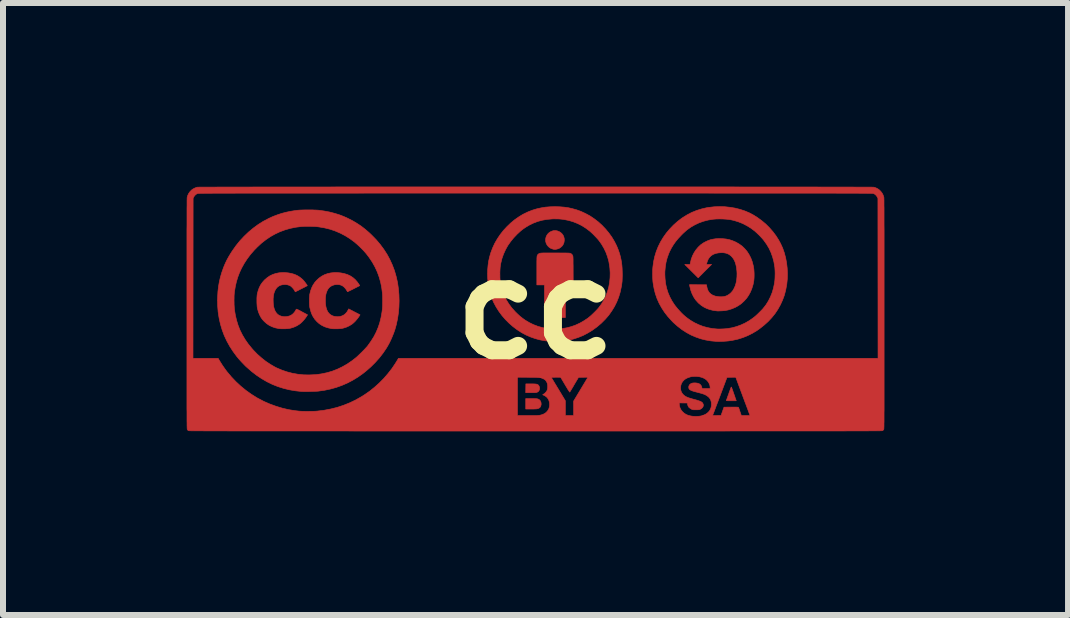
<source format=kicad_pcb>
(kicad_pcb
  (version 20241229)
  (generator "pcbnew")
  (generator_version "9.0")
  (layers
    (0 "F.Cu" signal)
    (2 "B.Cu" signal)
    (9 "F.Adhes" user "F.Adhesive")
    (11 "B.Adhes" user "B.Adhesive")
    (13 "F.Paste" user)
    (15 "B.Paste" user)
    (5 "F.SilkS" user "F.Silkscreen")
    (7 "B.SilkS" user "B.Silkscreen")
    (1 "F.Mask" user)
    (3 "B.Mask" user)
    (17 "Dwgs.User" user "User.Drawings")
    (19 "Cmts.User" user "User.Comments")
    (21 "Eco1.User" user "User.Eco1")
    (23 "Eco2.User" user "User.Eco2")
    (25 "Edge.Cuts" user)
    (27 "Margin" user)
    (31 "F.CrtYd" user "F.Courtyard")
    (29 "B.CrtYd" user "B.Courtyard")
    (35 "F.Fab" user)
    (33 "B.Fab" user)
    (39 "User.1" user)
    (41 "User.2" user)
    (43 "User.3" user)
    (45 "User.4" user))
  (footprint "cc"
    (layer "F.Cu")
    (at 5.874 2.097)
    (property "Reference" "cc" (at 0 0 0) (layer "F.SilkS") (effects (font (size 1.524 1.524) (thickness 0.3))))
    (attr through_hole)
    (fp_poly (pts (xy -0.048 1.25) (xy -0.023 1.251) (xy -0.003 1.252) (xy 0.013 1.254) (xy 0.025 1.257) (xy 0.035 1.261) (xy 0.043 1.266) (xy 0.049 1.272) (xy 0.06 1.288) (xy 0.066 1.307) (xy 0.068 1.328) (xy 0.064 1.349) (xy 0.059 1.361) (xy 0.051 1.373) (xy 0.037 1.384) (xy 0.021 1.392) (xy 0.019 1.393) (xy 0.01 1.394) (xy -0.005 1.396) (xy -0.026 1.396) (xy -0.054 1.397) (xy -0.079 1.397) (xy -0.163 1.397) (xy -0.162 1.324) (xy -0.161 1.25) (xy -0.08 1.25) (xy -0.048 1.25)) (stroke (width 0.01) (type solid)) (fill yes) (layer "F.Cu"))
    (fp_poly (pts (xy -0.04 1.495) (xy -0.014 1.496) (xy 0.007 1.497) (xy 0.024 1.498) (xy 0.037 1.501) (xy 0.048 1.505) (xy 0.057 1.51) (xy 0.065 1.516) (xy 0.069 1.519) (xy 0.083 1.537) (xy 0.091 1.558) (xy 0.094 1.584) (xy 0.094 1.591) (xy 0.089 1.615) (xy 0.081 1.634) (xy 0.067 1.649) (xy 0.065 1.65) (xy 0.056 1.655) (xy 0.047 1.66) (xy 0.036 1.663) (xy 0.024 1.666) (xy 0.009 1.667) (xy -0.01 1.668) (xy -0.035 1.669) (xy -0.065 1.669) (xy -0.073 1.669) (xy -0.163 1.669) (xy -0.163 1.495) (xy -0.073 1.495) (xy -0.04 1.495)) (stroke (width 0.01) (type solid)) (fill yes) (layer "F.Cu"))
    (fp_poly (pts (xy 3.264 1.304) (xy 3.268 1.312) (xy 3.273 1.325) (xy 3.279 1.341) (xy 3.283 1.352) (xy 3.291 1.375) (xy 3.3 1.402) (xy 3.31 1.43) (xy 3.32 1.457) (xy 3.323 1.469) (xy 3.345 1.531) (xy 3.262 1.531) (xy 3.235 1.531) (xy 3.214 1.531) (xy 3.2 1.531) (xy 3.19 1.53) (xy 3.184 1.529) (xy 3.181 1.528) (xy 3.18 1.527) (xy 3.18 1.525) (xy 3.182 1.52) (xy 3.186 1.509) (xy 3.192 1.493) (xy 3.199 1.473) (xy 3.207 1.45) (xy 3.217 1.424) (xy 3.221 1.412) (xy 3.23 1.385) (xy 3.239 1.361) (xy 3.247 1.34) (xy 3.253 1.322) (xy 3.258 1.31) (xy 3.261 1.303) (xy 3.262 1.302) (xy 3.264 1.304)) (stroke (width 0.01) (type solid)) (fill yes) (layer "F.Cu"))
    (fp_poly (pts (xy 0.361 -1.3) (xy 0.391 -1.289) (xy 0.418 -1.273) (xy 0.441 -1.252) (xy 0.459 -1.228) (xy 0.472 -1.199) (xy 0.479 -1.168) (xy 0.479 -1.136) (xy 0.474 -1.104) (xy 0.462 -1.075) (xy 0.456 -1.065) (xy 0.444 -1.048) (xy 0.427 -1.032) (xy 0.408 -1.017) (xy 0.391 -1.007) (xy 0.391 -1.007) (xy 0.376 -1.001) (xy 0.359 -0.997) (xy 0.348 -0.994) (xy 0.334 -0.992) (xy 0.324 -0.991) (xy 0.316 -0.992) (xy 0.305 -0.993) (xy 0.297 -0.994) (xy 0.271 -1.002) (xy 0.245 -1.014) (xy 0.222 -1.031) (xy 0.214 -1.038) (xy 0.193 -1.064) (xy 0.178 -1.092) (xy 0.17 -1.121) (xy 0.168 -1.15) (xy 0.171 -1.179) (xy 0.179 -1.207) (xy 0.193 -1.233) (xy 0.211 -1.256) (xy 0.234 -1.276) (xy 0.262 -1.291) (xy 0.293 -1.302) (xy 0.3 -1.303) (xy 0.331 -1.305) (xy 0.361 -1.3)) (stroke (width 0.01) (type solid)) (fill yes) (layer "F.Cu"))
    (fp_poly (pts (xy 0.266 -0.932) (xy 0.313 -0.932) (xy 0.336 -0.932) (xy 0.383 -0.932) (xy 0.424 -0.931) (xy 0.458 -0.931) (xy 0.487 -0.931) (xy 0.511 -0.931) (xy 0.53 -0.93) (xy 0.545 -0.93) (xy 0.557 -0.929) (xy 0.566 -0.928) (xy 0.573 -0.928) (xy 0.577 -0.927) (xy 0.581 -0.925) (xy 0.584 -0.924) (xy 0.584 -0.924) (xy 0.599 -0.915) (xy 0.609 -0.905) (xy 0.618 -0.891) (xy 0.618 -0.891) (xy 0.62 -0.888) (xy 0.621 -0.885) (xy 0.622 -0.881) (xy 0.623 -0.875) (xy 0.624 -0.868) (xy 0.625 -0.859) (xy 0.625 -0.847) (xy 0.626 -0.831) (xy 0.626 -0.811) (xy 0.626 -0.786) (xy 0.626 -0.757) (xy 0.627 -0.722) (xy 0.627 -0.68) (xy 0.627 -0.638) (xy 0.628 -0.399) (xy 0.497 -0.399) (xy 0.497 0.145) (xy 0.149 0.145) (xy 0.149 -0.399) (xy 0.022 -0.399) (xy 0.022 -0.636) (xy 0.022 -0.685) (xy 0.022 -0.727) (xy 0.022 -0.763) (xy 0.022 -0.794) (xy 0.023 -0.819) (xy 0.023 -0.84) (xy 0.024 -0.857) (xy 0.025 -0.87) (xy 0.027 -0.881) (xy 0.029 -0.889) (xy 0.032 -0.895) (xy 0.035 -0.9) (xy 0.038 -0.904) (xy 0.043 -0.908) (xy 0.047 -0.913) (xy 0.048 -0.913) (xy 0.053 -0.917) (xy 0.057 -0.92) (xy 0.062 -0.923) (xy 0.069 -0.925) (xy 0.077 -0.927) (xy 0.087 -0.929) (xy 0.1 -0.93) (xy 0.116 -0.931) (xy 0.136 -0.932) (xy 0.161 -0.932) (xy 0.19 -0.932) (xy 0.225 -0.932) (xy 0.266 -0.932)) (stroke (width 0.01) (type solid)) (fill yes) (layer "F.Cu"))
    (fp_poly (pts (xy -3.304 -0.605) (xy -3.243 -0.599) (xy -3.187 -0.588) (xy -3.135 -0.572) (xy -3.088 -0.55) (xy -3.044 -0.522) (xy -3.005 -0.488) (xy -2.97 -0.448) (xy -2.943 -0.41) (xy -2.929 -0.387) (xy -3.031 -0.335) (xy -3.056 -0.322) (xy -3.079 -0.311) (xy -3.099 -0.301) (xy -3.115 -0.294) (xy -3.127 -0.288) (xy -3.133 -0.286) (xy -3.134 -0.286) (xy -3.139 -0.296) (xy -3.148 -0.31) (xy -3.158 -0.326) (xy -3.17 -0.341) (xy -3.181 -0.354) (xy -3.184 -0.358) (xy -3.211 -0.38) (xy -3.24 -0.395) (xy -3.273 -0.404) (xy -3.308 -0.406) (xy -3.346 -0.402) (xy -3.351 -0.401) (xy -3.385 -0.39) (xy -3.415 -0.374) (xy -3.441 -0.352) (xy -3.462 -0.324) (xy -3.472 -0.304) (xy -3.484 -0.275) (xy -3.493 -0.244) (xy -3.498 -0.211) (xy -3.501 -0.179) (xy -3.502 -0.123) (xy -3.499 -0.072) (xy -3.491 -0.027) (xy -3.479 0.013) (xy -3.463 0.047) (xy -3.442 0.075) (xy -3.417 0.097) (xy -3.387 0.114) (xy -3.354 0.125) (xy -3.316 0.13) (xy -3.301 0.131) (xy -3.262 0.128) (xy -3.227 0.118) (xy -3.196 0.103) (xy -3.168 0.081) (xy -3.144 0.054) (xy -3.128 0.028) (xy -3.113 -0.000139) (xy -3.101 0.007) (xy -3.095 0.01) (xy -3.083 0.017) (xy -3.067 0.025) (xy -3.047 0.035) (xy -3.025 0.047) (xy -3.007 0.056) (xy -2.924 0.099) (xy -2.932 0.112) (xy -2.955 0.146) (xy -2.981 0.179) (xy -3.008 0.21) (xy -3.037 0.237) (xy -3.059 0.255) (xy -3.103 0.282) (xy -3.15 0.304) (xy -3.2 0.32) (xy -3.222 0.325) (xy -3.242 0.328) (xy -3.268 0.33) (xy -3.296 0.332) (xy -3.326 0.332) (xy -3.355 0.332) (xy -3.381 0.331) (xy -3.403 0.328) (xy -3.404 0.328) (xy -3.46 0.316) (xy -3.512 0.299) (xy -3.561 0.275) (xy -3.605 0.246) (xy -3.644 0.211) (xy -3.679 0.172) (xy -3.708 0.127) (xy -3.717 0.111) (xy -3.732 0.078) (xy -3.745 0.04) (xy -3.756 -0.000431) (xy -3.762 -0.025) (xy -3.765 -0.048) (xy -3.767 -0.076) (xy -3.768 -0.107) (xy -3.768 -0.14) (xy -3.768 -0.172) (xy -3.766 -0.202) (xy -3.764 -0.229) (xy -3.762 -0.244) (xy -3.748 -0.301) (xy -3.729 -0.353) (xy -3.705 -0.401) (xy -3.675 -0.445) (xy -3.647 -0.476) (xy -3.607 -0.513) (xy -3.563 -0.544) (xy -3.516 -0.569) (xy -3.466 -0.587) (xy -3.412 -0.599) (xy -3.355 -0.605) (xy -3.304 -0.605)) (stroke (width 0.01) (type solid)) (fill yes) (layer "F.Cu"))
    (fp_poly (pts (xy 3.115 -1.17) (xy 3.176 -1.164) (xy 3.234 -1.152) (xy 3.283 -1.136) (xy 3.341 -1.111) (xy 3.394 -1.08) (xy 3.443 -1.045) (xy 3.486 -1.003) (xy 3.525 -0.957) (xy 3.558 -0.906) (xy 3.587 -0.85) (xy 3.61 -0.79) (xy 3.627 -0.726) (xy 3.638 -0.666) (xy 3.64 -0.642) (xy 3.642 -0.613) (xy 3.643 -0.581) (xy 3.643 -0.549) (xy 3.642 -0.517) (xy 3.64 -0.49) (xy 3.638 -0.47) (xy 3.625 -0.403) (xy 3.606 -0.341) (xy 3.582 -0.282) (xy 3.552 -0.227) (xy 3.517 -0.176) (xy 3.476 -0.131) (xy 3.432 -0.09) (xy 3.383 -0.055) (xy 3.329 -0.025) (xy 3.272 -0.001) (xy 3.211 0.018) (xy 3.153 0.029) (xy 3.137 0.03) (xy 3.116 0.032) (xy 3.094 0.033) (xy 3.071 0.034) (xy 3.05 0.035) (xy 3.033 0.035) (xy 3.024 0.034) (xy 2.963 0.026) (xy 2.906 0.012) (xy 2.854 -0.006) (xy 2.807 -0.029) (xy 2.762 -0.058) (xy 2.721 -0.092) (xy 2.703 -0.11) (xy 2.665 -0.153) (xy 2.634 -0.201) (xy 2.608 -0.254) (xy 2.587 -0.311) (xy 2.572 -0.373) (xy 2.571 -0.377) (xy 2.566 -0.403) (xy 2.708 -0.402) (xy 2.85 -0.401) (xy 2.854 -0.372) (xy 2.863 -0.334) (xy 2.877 -0.3) (xy 2.896 -0.271) (xy 2.921 -0.248) (xy 2.951 -0.229) (xy 2.987 -0.215) (xy 2.995 -0.212) (xy 3.008 -0.21) (xy 3.025 -0.207) (xy 3.045 -0.204) (xy 3.061 -0.202) (xy 3.1 -0.201) (xy 3.136 -0.204) (xy 3.168 -0.212) (xy 3.195 -0.223) (xy 3.229 -0.244) (xy 3.26 -0.271) (xy 3.287 -0.303) (xy 3.309 -0.341) (xy 3.328 -0.383) (xy 3.342 -0.43) (xy 3.352 -0.481) (xy 3.357 -0.536) (xy 3.358 -0.594) (xy 3.356 -0.628) (xy 3.35 -0.685) (xy 3.339 -0.737) (xy 3.325 -0.783) (xy 3.306 -0.822) (xy 3.283 -0.856) (xy 3.256 -0.884) (xy 3.226 -0.907) (xy 3.191 -0.923) (xy 3.162 -0.931) (xy 3.127 -0.936) (xy 3.089 -0.936) (xy 3.049 -0.933) (xy 3.011 -0.926) (xy 2.994 -0.921) (xy 2.959 -0.907) (xy 2.928 -0.887) (xy 2.902 -0.862) (xy 2.88 -0.831) (xy 2.864 -0.795) (xy 2.86 -0.782) (xy 2.856 -0.769) (xy 2.853 -0.757) (xy 2.852 -0.749) (xy 2.852 -0.745) (xy 2.854 -0.743) (xy 2.858 -0.741) (xy 2.866 -0.74) (xy 2.878 -0.74) (xy 2.893 -0.74) (xy 2.934 -0.74) (xy 2.822 -0.629) (xy 2.711 -0.517) (xy 2.487 -0.74) (xy 2.575 -0.74) (xy 2.582 -0.772) (xy 2.596 -0.831) (xy 2.617 -0.886) (xy 2.643 -0.937) (xy 2.675 -0.985) (xy 2.711 -1.028) (xy 2.751 -1.066) (xy 2.796 -1.098) (xy 2.829 -1.116) (xy 2.871 -1.136) (xy 2.912 -1.151) (xy 2.955 -1.161) (xy 3 -1.168) (xy 3.05 -1.171) (xy 3.115 -1.17)) (stroke (width 0.01) (type solid)) (fill yes) (layer "F.Cu"))
    (fp_poly (pts (xy -4.182 -0.605) (xy -4.123 -0.6) (xy -4.068 -0.59) (xy -4.019 -0.576) (xy -3.973 -0.556) (xy -3.931 -0.53) (xy -3.893 -0.5) (xy -3.877 -0.485) (xy -3.867 -0.474) (xy -3.855 -0.46) (xy -3.843 -0.445) (xy -3.832 -0.43) (xy -3.821 -0.415) (xy -3.812 -0.403) (xy -3.806 -0.393) (xy -3.804 -0.387) (xy -3.804 -0.386) (xy -3.807 -0.384) (xy -3.817 -0.379) (xy -3.83 -0.372) (xy -3.847 -0.363) (xy -3.867 -0.353) (xy -3.888 -0.342) (xy -3.91 -0.331) (xy -3.932 -0.32) (xy -3.952 -0.309) (xy -3.971 -0.3) (xy -3.986 -0.293) (xy -3.997 -0.287) (xy -4.003 -0.284) (xy -4.004 -0.284) (xy -4.006 -0.287) (xy -4.01 -0.296) (xy -4.016 -0.307) (xy -4.017 -0.308) (xy -4.029 -0.327) (xy -4.044 -0.345) (xy -4.061 -0.363) (xy -4.078 -0.378) (xy -4.094 -0.388) (xy -4.128 -0.4) (xy -4.163 -0.406) (xy -4.173 -0.406) (xy -4.212 -0.403) (xy -4.247 -0.395) (xy -4.278 -0.38) (xy -4.304 -0.36) (xy -4.326 -0.333) (xy -4.344 -0.301) (xy -4.358 -0.263) (xy -4.367 -0.22) (xy -4.372 -0.17) (xy -4.372 -0.138) (xy -4.37 -0.085) (xy -4.364 -0.038) (xy -4.353 0.003) (xy -4.338 0.039) (xy -4.318 0.069) (xy -4.295 0.093) (xy -4.267 0.111) (xy -4.234 0.123) (xy -4.198 0.13) (xy -4.175 0.131) (xy -4.136 0.127) (xy -4.1 0.118) (xy -4.067 0.102) (xy -4.039 0.08) (xy -4.015 0.053) (xy -4.002 0.033) (xy -3.995 0.021) (xy -3.99 0.011) (xy -3.986 0.006) (xy -3.986 0.006) (xy -3.984 0.005) (xy -3.979 0.006) (xy -3.971 0.009) (xy -3.959 0.014) (xy -3.943 0.022) (xy -3.922 0.033) (xy -3.896 0.047) (xy -3.891 0.05) (xy -3.799 0.099) (xy -3.807 0.112) (xy -3.829 0.146) (xy -3.855 0.179) (xy -3.883 0.21) (xy -3.911 0.237) (xy -3.934 0.255) (xy -3.977 0.282) (xy -4.025 0.304) (xy -4.075 0.32) (xy -4.097 0.325) (xy -4.116 0.328) (xy -4.141 0.33) (xy -4.17 0.332) (xy -4.199 0.332) (xy -4.228 0.332) (xy -4.254 0.331) (xy -4.275 0.329) (xy -4.28 0.328) (xy -4.337 0.316) (xy -4.389 0.298) (xy -4.437 0.275) (xy -4.481 0.245) (xy -4.518 0.212) (xy -4.551 0.177) (xy -4.578 0.138) (xy -4.6 0.095) (xy -4.619 0.048) (xy -4.633 -0.004) (xy -4.634 -0.01) (xy -4.638 -0.03) (xy -4.64 -0.055) (xy -4.642 -0.084) (xy -4.643 -0.116) (xy -4.643 -0.148) (xy -4.643 -0.179) (xy -4.641 -0.208) (xy -4.639 -0.233) (xy -4.636 -0.25) (xy -4.622 -0.304) (xy -4.604 -0.353) (xy -4.582 -0.397) (xy -4.554 -0.438) (xy -4.521 -0.476) (xy -4.514 -0.483) (xy -4.472 -0.519) (xy -4.427 -0.55) (xy -4.379 -0.573) (xy -4.328 -0.59) (xy -4.273 -0.601) (xy -4.215 -0.605) (xy -4.182 -0.605)) (stroke (width 0.01) (type solid)) (fill yes) (layer "F.Cu"))
    (fp_poly (pts (xy 0.403 -1.701) (xy 0.478 -1.695) (xy 0.549 -1.685) (xy 0.618 -1.669) (xy 0.686 -1.65) (xy 0.755 -1.625) (xy 0.757 -1.624) (xy 0.833 -1.589) (xy 0.907 -1.549) (xy 0.977 -1.502) (xy 1.045 -1.45) (xy 1.108 -1.393) (xy 1.167 -1.331) (xy 1.221 -1.266) (xy 1.271 -1.197) (xy 1.314 -1.125) (xy 1.352 -1.05) (xy 1.383 -0.973) (xy 1.402 -0.916) (xy 1.415 -0.868) (xy 1.425 -0.822) (xy 1.433 -0.777) (xy 1.439 -0.73) (xy 1.443 -0.681) (xy 1.445 -0.628) (xy 1.446 -0.584) (xy 1.446 -0.546) (xy 1.445 -0.514) (xy 1.444 -0.485) (xy 1.443 -0.46) (xy 1.44 -0.435) (xy 1.437 -0.41) (xy 1.433 -0.382) (xy 1.429 -0.363) (xy 1.411 -0.278) (xy 1.386 -0.196) (xy 1.354 -0.116) (xy 1.316 -0.039) (xy 1.271 0.034) (xy 1.221 0.105) (xy 1.164 0.171) (xy 1.101 0.234) (xy 1.095 0.24) (xy 1.023 0.301) (xy 0.949 0.355) (xy 0.872 0.402) (xy 0.794 0.443) (xy 0.713 0.476) (xy 0.63 0.503) (xy 0.545 0.523) (xy 0.461 0.535) (xy 0.423 0.538) (xy 0.382 0.541) (xy 0.34 0.542) (xy 0.299 0.542) (xy 0.262 0.542) (xy 0.246 0.541) (xy 0.159 0.532) (xy 0.075 0.517) (xy -0.006 0.495) (xy -0.086 0.467) (xy -0.161 0.434) (xy -0.235 0.394) (xy -0.307 0.347) (xy -0.376 0.295) (xy -0.441 0.238) (xy -0.502 0.177) (xy -0.559 0.111) (xy -0.61 0.042) (xy -0.656 -0.03) (xy -0.695 -0.103) (xy -0.705 -0.124) (xy -0.735 -0.199) (xy -0.759 -0.274) (xy -0.778 -0.35) (xy -0.79 -0.429) (xy -0.797 -0.512) (xy -0.799 -0.581) (xy -0.798 -0.592) (xy -0.594 -0.592) (xy -0.593 -0.556) (xy -0.593 -0.521) (xy -0.591 -0.488) (xy -0.589 -0.461) (xy -0.587 -0.446) (xy -0.571 -0.367) (xy -0.549 -0.291) (xy -0.521 -0.219) (xy -0.486 -0.149) (xy -0.445 -0.083) (xy -0.397 -0.018) (xy -0.342 0.043) (xy -0.338 0.048) (xy -0.298 0.087) (xy -0.26 0.122) (xy -0.221 0.153) (xy -0.18 0.183) (xy -0.171 0.189) (xy -0.104 0.229) (xy -0.034 0.263) (xy 0.039 0.291) (xy 0.114 0.312) (xy 0.192 0.327) (xy 0.271 0.334) (xy 0.352 0.336) (xy 0.435 0.33) (xy 0.45 0.328) (xy 0.524 0.315) (xy 0.599 0.295) (xy 0.671 0.269) (xy 0.742 0.236) (xy 0.81 0.197) (xy 0.874 0.154) (xy 0.907 0.127) (xy 0.929 0.108) (xy 0.952 0.086) (xy 0.977 0.062) (xy 1.002 0.037) (xy 1.025 0.013) (xy 1.045 -0.009) (xy 1.054 -0.02) (xy 1.099 -0.081) (xy 1.138 -0.146) (xy 1.172 -0.215) (xy 1.199 -0.287) (xy 1.22 -0.361) (xy 1.234 -0.438) (xy 1.242 -0.517) (xy 1.244 -0.598) (xy 1.239 -0.68) (xy 1.235 -0.71) (xy 1.222 -0.789) (xy 1.201 -0.866) (xy 1.174 -0.94) (xy 1.14 -1.011) (xy 1.1 -1.079) (xy 1.053 -1.144) (xy 1.052 -1.145) (xy 1.035 -1.165) (xy 1.014 -1.188) (xy 0.99 -1.213) (xy 0.965 -1.239) (xy 0.94 -1.263) (xy 0.917 -1.284) (xy 0.901 -1.298) (xy 0.838 -1.345) (xy 0.772 -1.387) (xy 0.704 -1.421) (xy 0.632 -1.45) (xy 0.556 -1.473) (xy 0.476 -1.489) (xy 0.463 -1.491) (xy 0.439 -1.494) (xy 0.409 -1.497) (xy 0.377 -1.499) (xy 0.343 -1.499) (xy 0.309 -1.5) (xy 0.279 -1.499) (xy 0.27 -1.498) (xy 0.189 -1.491) (xy 0.111 -1.477) (xy 0.037 -1.457) (xy -0.034 -1.43) (xy -0.102 -1.397) (xy -0.161 -1.362) (xy -0.195 -1.339) (xy -0.225 -1.317) (xy -0.253 -1.294) (xy -0.281 -1.268) (xy -0.306 -1.245) (xy -0.365 -1.183) (xy -0.417 -1.119) (xy -0.463 -1.053) (xy -0.501 -0.984) (xy -0.533 -0.913) (xy -0.559 -0.84) (xy -0.578 -0.763) (xy -0.586 -0.717) (xy -0.589 -0.692) (xy -0.591 -0.662) (xy -0.593 -0.628) (xy -0.594 -0.592) (xy -0.798 -0.592) (xy -0.797 -0.654) (xy -0.791 -0.724) (xy -0.782 -0.79) (xy -0.768 -0.855) (xy -0.75 -0.92) (xy -0.744 -0.939) (xy -0.714 -1.017) (xy -0.679 -1.093) (xy -0.636 -1.167) (xy -0.589 -1.237) (xy -0.536 -1.305) (xy -0.478 -1.368) (xy -0.416 -1.428) (xy -0.351 -1.482) (xy -0.282 -1.531) (xy -0.21 -1.575) (xy -0.136 -1.611) (xy -0.118 -1.619) (xy -0.048 -1.646) (xy 0.022 -1.667) (xy 0.093 -1.683) (xy 0.166 -1.695) (xy 0.243 -1.701) (xy 0.323 -1.703) (xy 0.403 -1.701)) (stroke (width 0.01) (type solid)) (fill yes) (layer "F.Cu"))
    (fp_poly (pts (xy 3.154 -1.702) (xy 3.24 -1.693) (xy 3.325 -1.679) (xy 3.408 -1.658) (xy 3.487 -1.632) (xy 3.563 -1.6) (xy 3.626 -1.567) (xy 3.699 -1.521) (xy 3.769 -1.47) (xy 3.836 -1.414) (xy 3.898 -1.352) (xy 3.955 -1.287) (xy 4.007 -1.218) (xy 4.052 -1.147) (xy 4.083 -1.09) (xy 4.118 -1.014) (xy 4.146 -0.934) (xy 4.168 -0.851) (xy 4.184 -0.765) (xy 4.194 -0.678) (xy 4.198 -0.589) (xy 4.196 -0.499) (xy 4.187 -0.408) (xy 4.185 -0.399) (xy 4.169 -0.312) (xy 4.147 -0.228) (xy 4.117 -0.147) (xy 4.081 -0.068) (xy 4.039 0.007) (xy 3.991 0.079) (xy 3.936 0.147) (xy 3.875 0.212) (xy 3.808 0.272) (xy 3.736 0.329) (xy 3.689 0.362) (xy 3.614 0.407) (xy 3.536 0.446) (xy 3.454 0.479) (xy 3.371 0.505) (xy 3.285 0.524) (xy 3.211 0.535) (xy 3.187 0.537) (xy 3.159 0.539) (xy 3.129 0.541) (xy 3.098 0.542) (xy 3.068 0.543) (xy 3.042 0.543) (xy 3.02 0.542) (xy 3.015 0.542) (xy 2.924 0.534) (xy 2.836 0.519) (xy 2.751 0.498) (xy 2.669 0.469) (xy 2.59 0.435) (xy 2.513 0.393) (xy 2.439 0.345) (xy 2.368 0.29) (xy 2.299 0.229) (xy 2.266 0.195) (xy 2.204 0.126) (xy 2.149 0.055) (xy 2.101 -0.019) (xy 2.059 -0.095) (xy 2.024 -0.174) (xy 1.996 -0.256) (xy 1.975 -0.341) (xy 1.96 -0.428) (xy 1.957 -0.448) (xy 1.955 -0.474) (xy 1.953 -0.506) (xy 1.952 -0.541) (xy 1.952 -0.577) (xy 1.952 -0.581) (xy 2.155 -0.581) (xy 2.159 -0.499) (xy 2.168 -0.42) (xy 2.185 -0.343) (xy 2.208 -0.27) (xy 2.238 -0.199) (xy 2.275 -0.13) (xy 2.318 -0.064) (xy 2.369 -0.000178) (xy 2.426 0.062) (xy 2.437 0.073) (xy 2.466 0.101) (xy 2.493 0.125) (xy 2.519 0.146) (xy 2.546 0.166) (xy 2.576 0.187) (xy 2.585 0.193) (xy 2.651 0.232) (xy 2.721 0.265) (xy 2.794 0.293) (xy 2.87 0.313) (xy 2.947 0.328) (xy 3.023 0.335) (xy 3.044 0.336) (xy 3.07 0.336) (xy 3.099 0.335) (xy 3.129 0.334) (xy 3.159 0.332) (xy 3.185 0.33) (xy 3.2 0.328) (xy 3.276 0.315) (xy 3.35 0.295) (xy 3.424 0.268) (xy 3.495 0.235) (xy 3.563 0.196) (xy 3.627 0.151) (xy 3.649 0.134) (xy 3.669 0.117) (xy 3.691 0.097) (xy 3.716 0.073) (xy 3.74 0.049) (xy 3.764 0.025) (xy 3.784 0.004) (xy 3.795 -0.009) (xy 3.841 -0.068) (xy 3.881 -0.132) (xy 3.915 -0.2) (xy 3.944 -0.272) (xy 3.966 -0.348) (xy 3.982 -0.426) (xy 3.986 -0.454) (xy 3.989 -0.482) (xy 3.991 -0.516) (xy 3.992 -0.553) (xy 3.993 -0.591) (xy 3.992 -0.628) (xy 3.99 -0.663) (xy 3.988 -0.694) (xy 3.986 -0.704) (xy 3.972 -0.786) (xy 3.951 -0.864) (xy 3.924 -0.939) (xy 3.891 -1.01) (xy 3.851 -1.077) (xy 3.805 -1.141) (xy 3.799 -1.149) (xy 3.781 -1.17) (xy 3.758 -1.195) (xy 3.734 -1.221) (xy 3.708 -1.246) (xy 3.683 -1.27) (xy 3.66 -1.29) (xy 3.653 -1.297) (xy 3.59 -1.344) (xy 3.524 -1.385) (xy 3.455 -1.421) (xy 3.382 -1.45) (xy 3.308 -1.473) (xy 3.268 -1.482) (xy 3.222 -1.49) (xy 3.172 -1.495) (xy 3.119 -1.498) (xy 3.065 -1.499) (xy 3.013 -1.498) (xy 2.965 -1.494) (xy 2.955 -1.493) (xy 2.876 -1.48) (xy 2.8 -1.46) (xy 2.726 -1.434) (xy 2.656 -1.401) (xy 2.588 -1.362) (xy 2.532 -1.322) (xy 2.518 -1.311) (xy 2.501 -1.296) (xy 2.481 -1.278) (xy 2.46 -1.259) (xy 2.44 -1.239) (xy 2.433 -1.232) (xy 2.382 -1.178) (xy 2.337 -1.124) (xy 2.298 -1.069) (xy 2.264 -1.013) (xy 2.234 -0.954) (xy 2.219 -0.919) (xy 2.194 -0.849) (xy 2.175 -0.776) (xy 2.163 -0.702) (xy 2.156 -0.624) (xy 2.155 -0.581) (xy 1.952 -0.581) (xy 1.952 -0.613) (xy 1.952 -0.647) (xy 1.954 -0.677) (xy 1.956 -0.699) (xy 1.968 -0.788) (xy 1.987 -0.874) (xy 2.012 -0.956) (xy 2.044 -1.036) (xy 2.082 -1.113) (xy 2.127 -1.188) (xy 2.128 -1.19) (xy 2.179 -1.262) (xy 2.236 -1.33) (xy 2.297 -1.394) (xy 2.363 -1.453) (xy 2.431 -1.506) (xy 2.453 -1.521) (xy 2.527 -1.567) (xy 2.604 -1.607) (xy 2.683 -1.639) (xy 2.766 -1.665) (xy 2.851 -1.685) (xy 2.888 -1.691) (xy 2.977 -1.701) (xy 3.066 -1.704) (xy 3.154 -1.702)) (stroke (width 0.01) (type solid)) (fill yes) (layer "F.Cu"))
    (fp_poly (pts (xy -3.757 -1.649) (xy -3.717 -1.649) (xy -3.68 -1.647) (xy -3.647 -1.646) (xy -3.618 -1.644) (xy -3.609 -1.643) (xy -3.518 -1.63) (xy -3.433 -1.614) (xy -3.352 -1.593) (xy -3.273 -1.569) (xy -3.197 -1.54) (xy -3.125 -1.507) (xy -3.048 -1.468) (xy -2.976 -1.425) (xy -2.906 -1.379) (xy -2.839 -1.327) (xy -2.773 -1.27) (xy -2.729 -1.228) (xy -2.655 -1.152) (xy -2.588 -1.073) (xy -2.528 -0.992) (xy -2.474 -0.908) (xy -2.427 -0.821) (xy -2.386 -0.731) (xy -2.351 -0.639) (xy -2.323 -0.542) (xy -2.321 -0.534) (xy -2.299 -0.437) (xy -2.285 -0.337) (xy -2.276 -0.236) (xy -2.273 -0.133) (xy -2.276 -0.031) (xy -2.285 0.07) (xy -2.3 0.17) (xy -2.321 0.267) (xy -2.343 0.345) (xy -2.361 0.397) (xy -2.383 0.452) (xy -2.407 0.508) (xy -2.433 0.563) (xy -2.461 0.614) (xy -2.486 0.656) (xy -2.541 0.737) (xy -2.602 0.816) (xy -2.669 0.891) (xy -2.741 0.963) (xy -2.817 1.03) (xy -2.877 1.078) (xy -2.962 1.138) (xy -3.048 1.19) (xy -3.136 1.236) (xy -3.226 1.275) (xy -3.318 1.308) (xy -3.414 1.335) (xy -3.514 1.356) (xy -3.611 1.37) (xy -3.627 1.372) (xy -3.649 1.373) (xy -3.676 1.374) (xy -3.706 1.375) (xy -3.738 1.376) (xy -3.771 1.377) (xy -3.803 1.378) (xy -3.832 1.378) (xy -3.859 1.378) (xy -3.88 1.377) (xy -3.893 1.377) (xy -3.998 1.366) (xy -4.099 1.349) (xy -4.198 1.325) (xy -4.293 1.295) (xy -4.386 1.258) (xy -4.476 1.214) (xy -4.564 1.163) (xy -4.649 1.106) (xy -4.732 1.042) (xy -4.813 0.971) (xy -4.835 0.951) (xy -4.859 0.926) (xy -4.886 0.898) (xy -4.914 0.868) (xy -4.941 0.838) (xy -4.965 0.809) (xy -4.977 0.795) (xy -5.039 0.711) (xy -5.095 0.625) (xy -5.144 0.536) (xy -5.187 0.444) (xy -5.222 0.35) (xy -5.251 0.253) (xy -5.273 0.153) (xy -5.289 0.051) (xy -5.297 -0.053) (xy -5.299 -0.145) (xy -5.024 -0.145) (xy -5.023 -0.108) (xy -5.023 -0.073) (xy -5.021 -0.039) (xy -5.019 -0.01) (xy -5.017 0.013) (xy -5.002 0.104) (xy -4.982 0.191) (xy -4.956 0.275) (xy -4.924 0.356) (xy -4.885 0.434) (xy -4.84 0.51) (xy -4.788 0.584) (xy -4.729 0.657) (xy -4.701 0.689) (xy -4.636 0.756) (xy -4.567 0.817) (xy -4.495 0.874) (xy -4.42 0.924) (xy -4.343 0.969) (xy -4.309 0.986) (xy -4.226 1.021) (xy -4.141 1.05) (xy -4.052 1.073) (xy -3.962 1.089) (xy -3.869 1.099) (xy -3.775 1.101) (xy -3.679 1.097) (xy -3.658 1.096) (xy -3.566 1.083) (xy -3.476 1.064) (xy -3.389 1.039) (xy -3.304 1.006) (xy -3.22 0.966) (xy -3.139 0.92) (xy -3.06 0.866) (xy -3.012 0.829) (xy -2.992 0.813) (xy -2.969 0.793) (xy -2.944 0.769) (xy -2.917 0.743) (xy -2.89 0.717) (xy -2.864 0.69) (xy -2.84 0.665) (xy -2.818 0.641) (xy -2.8 0.621) (xy -2.792 0.61) (xy -2.74 0.537) (xy -2.694 0.464) (xy -2.656 0.39) (xy -2.623 0.312) (xy -2.596 0.232) (xy -2.575 0.147) (xy -2.564 0.086) (xy -2.56 0.062) (xy -2.556 0.036) (xy -2.553 0.011) (xy -2.551 -0.01) (xy -2.551 -0.013) (xy -2.549 -0.037) (xy -2.548 -0.066) (xy -2.548 -0.098) (xy -2.547 -0.132) (xy -2.548 -0.167) (xy -2.548 -0.199) (xy -2.549 -0.228) (xy -2.551 -0.253) (xy -2.551 -0.258) (xy -2.563 -0.352) (xy -2.581 -0.443) (xy -2.606 -0.531) (xy -2.637 -0.616) (xy -2.675 -0.698) (xy -2.719 -0.777) (xy -2.771 -0.855) (xy -2.819 -0.918) (xy -2.838 -0.94) (xy -2.861 -0.966) (xy -2.888 -0.994) (xy -2.916 -1.022) (xy -2.945 -1.05) (xy -2.973 -1.076) (xy -2.999 -1.098) (xy -3.016 -1.113) (xy -3.092 -1.169) (xy -3.17 -1.218) (xy -3.252 -1.261) (xy -3.336 -1.297) (xy -3.423 -1.327) (xy -3.513 -1.349) (xy -3.605 -1.365) (xy -3.663 -1.372) (xy -3.687 -1.373) (xy -3.717 -1.374) (xy -3.749 -1.375) (xy -3.784 -1.375) (xy -3.818 -1.375) (xy -3.851 -1.375) (xy -3.88 -1.373) (xy -3.903 -1.372) (xy -3.904 -1.372) (xy -3.998 -1.36) (xy -4.089 -1.341) (xy -4.176 -1.316) (xy -4.26 -1.285) (xy -4.341 -1.247) (xy -4.419 -1.203) (xy -4.494 -1.152) (xy -4.567 -1.095) (xy -4.637 -1.03) (xy -4.686 -0.98) (xy -4.75 -0.907) (xy -4.806 -0.832) (xy -4.856 -0.755) (xy -4.899 -0.677) (xy -4.933 -0.604) (xy -4.961 -0.53) (xy -4.984 -0.454) (xy -5.002 -0.375) (xy -5.016 -0.291) (xy -5.019 -0.267) (xy -5.021 -0.243) (xy -5.023 -0.214) (xy -5.023 -0.181) (xy -5.024 -0.145) (xy -5.299 -0.145) (xy -5.299 -0.16) (xy -5.297 -0.209) (xy -5.292 -0.292) (xy -5.283 -0.37) (xy -5.27 -0.446) (xy -5.253 -0.521) (xy -5.231 -0.597) (xy -5.222 -0.624) (xy -5.199 -0.689) (xy -5.174 -0.749) (xy -5.147 -0.807) (xy -5.116 -0.864) (xy -5.081 -0.922) (xy -5.052 -0.967) (xy -4.992 -1.052) (xy -4.927 -1.133) (xy -4.857 -1.208) (xy -4.783 -1.279) (xy -4.705 -1.344) (xy -4.624 -1.404) (xy -4.54 -1.457) (xy -4.453 -1.503) (xy -4.44 -1.51) (xy -4.371 -1.541) (xy -4.302 -1.567) (xy -4.233 -1.59) (xy -4.161 -1.609) (xy -4.085 -1.625) (xy -4.005 -1.638) (xy -3.966 -1.643) (xy -3.941 -1.645) (xy -3.911 -1.647) (xy -3.875 -1.648) (xy -3.837 -1.649) (xy -3.797 -1.649) (xy -3.757 -1.649)) (stroke (width 0.01) (type solid)) (fill yes) (layer "F.Cu"))
    (fp_poly (pts (xy 0.165 -2.032) (xy 0.34 -2.032) (xy 0.515 -2.032) (xy 0.689 -2.032) (xy 0.863 -2.032) (xy 1.036 -2.032) (xy 1.208 -2.032) (xy 1.38 -2.032) (xy 1.549 -2.032) (xy 1.718 -2.032) (xy 1.885 -2.032) (xy 2.051 -2.032) (xy 2.214 -2.032) (xy 2.376 -2.032) (xy 2.536 -2.032) (xy 2.693 -2.032) (xy 2.848 -2.032) (xy 3 -2.032) (xy 3.15 -2.032) (xy 3.297 -2.032) (xy 3.441 -2.031) (xy 3.581 -2.031) (xy 3.719 -2.031) (xy 3.852 -2.031) (xy 3.983 -2.031) (xy 4.109 -2.031) (xy 4.232 -2.031) (xy 4.35 -2.031) (xy 4.465 -2.031) (xy 4.574 -2.031) (xy 4.68 -2.031) (xy 4.781 -2.03) (xy 4.876 -2.03) (xy 4.967 -2.03) (xy 5.053 -2.03) (xy 5.134 -2.03) (xy 5.209 -2.03) (xy 5.278 -2.03) (xy 5.342 -2.029) (xy 5.4 -2.029) (xy 5.452 -2.029) (xy 5.498 -2.029) (xy 5.537 -2.029) (xy 5.57 -2.029) (xy 5.596 -2.029) (xy 5.615 -2.028) (xy 5.628 -2.028) (xy 5.633 -2.028) (xy 5.634 -2.028) (xy 5.657 -2.022) (xy 5.682 -2.012) (xy 5.706 -1.999) (xy 5.726 -1.985) (xy 5.727 -1.984) (xy 5.753 -1.959) (xy 5.775 -1.93) (xy 5.792 -1.898) (xy 5.803 -1.866) (xy 5.805 -1.856) (xy 5.806 -1.852) (xy 5.806 -1.843) (xy 5.806 -1.829) (xy 5.807 -1.81) (xy 5.807 -1.786) (xy 5.807 -1.756) (xy 5.807 -1.721) (xy 5.808 -1.681) (xy 5.808 -1.635) (xy 5.808 -1.583) (xy 5.808 -1.526) (xy 5.808 -1.463) (xy 5.808 -1.394) (xy 5.809 -1.319) (xy 5.809 -1.238) (xy 5.809 -1.15) (xy 5.809 -1.057) (xy 5.809 -0.956) (xy 5.809 -0.85) (xy 5.809 -0.737) (xy 5.809 -0.617) (xy 5.809 -0.49) (xy 5.809 -0.357) (xy 5.809 -0.216) (xy 5.809 -0.068) (xy 5.809 0.081) (xy 5.809 0.222) (xy 5.809 0.356) (xy 5.809 0.484) (xy 5.809 0.604) (xy 5.809 0.718) (xy 5.809 0.825) (xy 5.809 0.927) (xy 5.809 1.022) (xy 5.809 1.112) (xy 5.809 1.196) (xy 5.809 1.274) (xy 5.809 1.348) (xy 5.809 1.416) (xy 5.809 1.479) (xy 5.809 1.538) (xy 5.809 1.592) (xy 5.809 1.642) (xy 5.809 1.687) (xy 5.808 1.729) (xy 5.808 1.767) (xy 5.808 1.801) (xy 5.808 1.832) (xy 5.808 1.86) (xy 5.808 1.884) (xy 5.807 1.906) (xy 5.807 1.925) (xy 5.807 1.942) (xy 5.807 1.956) (xy 5.806 1.968) (xy 5.806 1.978) (xy 5.806 1.986) (xy 5.805 1.993) (xy 5.805 1.998) (xy 5.805 2.002) (xy 5.804 2.005) (xy 5.804 2.008) (xy 5.803 2.009) (xy 5.803 2.01) (xy 5.795 2.02) (xy 5.785 2.028) (xy 5.784 2.029) (xy 5.783 2.029) (xy 5.782 2.03) (xy 5.781 2.03) (xy 5.779 2.03) (xy 5.776 2.03) (xy 5.773 2.031) (xy 5.769 2.031) (xy 5.763 2.031) (xy 5.757 2.031) (xy 5.75 2.031) (xy 5.741 2.032) (xy 5.731 2.032) (xy 5.719 2.032) (xy 5.706 2.032) (xy 5.691 2.032) (xy 5.675 2.033) (xy 5.656 2.033) (xy 5.635 2.033) (xy 5.613 2.033) (xy 5.588 2.033) (xy 5.56 2.033) (xy 5.531 2.034) (xy 5.498 2.034) (xy 5.464 2.034) (xy 5.426 2.034) (xy 5.385 2.034) (xy 5.342 2.034) (xy 5.295 2.034) (xy 5.246 2.034) (xy 5.193 2.034) (xy 5.136 2.035) (xy 5.077 2.035) (xy 5.013 2.035) (xy 4.946 2.035) (xy 4.875 2.035) (xy 4.8 2.035) (xy 4.722 2.035) (xy 4.639 2.035) (xy 4.551 2.035) (xy 4.46 2.035) (xy 4.364 2.035) (xy 4.264 2.035) (xy 4.159 2.035) (xy 4.049 2.035) (xy 3.934 2.035) (xy 3.814 2.035) (xy 3.69 2.035) (xy 3.56 2.035) (xy 3.425 2.035) (xy 3.284 2.035) (xy 3.138 2.036) (xy 2.986 2.036) (xy 2.829 2.036) (xy 2.666 2.036) (xy 2.497 2.036) (xy 2.322 2.036) (xy 2.141 2.036) (xy 1.954 2.036) (xy 1.76 2.036) (xy 1.56 2.036) (xy 1.353 2.036) (xy 1.14 2.036) (xy 0.92 2.036) (xy 0.693 2.036) (xy 0.459 2.036) (xy 0.000056 2.036) (xy -0.247 2.036) (xy -0.488 2.036) (xy -0.721 2.036) (xy -0.947 2.036) (xy -1.166 2.036) (xy -1.379 2.036) (xy -1.585 2.036) (xy -1.785 2.036) (xy -1.978 2.036) (xy -2.165 2.036) (xy -2.345 2.036) (xy -2.52 2.036) (xy -2.688 2.036) (xy -2.851 2.036) (xy -3.007 2.036) (xy -3.159 2.035) (xy -3.304 2.035) (xy -3.444 2.035) (xy -3.579 2.035) (xy -3.708 2.035) (xy -3.833 2.035) (xy -3.952 2.035) (xy -4.066 2.035) (xy -4.175 2.035) (xy -4.28 2.035) (xy -4.38 2.035) (xy -4.476 2.035) (xy -4.567 2.035) (xy -4.654 2.035) (xy -4.736 2.035) (xy -4.815 2.035) (xy -4.889 2.035) (xy -4.959 2.035) (xy -5.026 2.035) (xy -5.089 2.035) (xy -5.149 2.034) (xy -5.205 2.034) (xy -5.257 2.034) (xy -5.307 2.034) (xy -5.353 2.034) (xy -5.396 2.034) (xy -5.436 2.034) (xy -5.473 2.034) (xy -5.508 2.034) (xy -5.54 2.033) (xy -5.569 2.033) (xy -5.596 2.033) (xy -5.62 2.033) (xy -5.643 2.033) (xy -5.663 2.033) (xy -5.681 2.033) (xy -5.698 2.032) (xy -5.712 2.032) (xy -5.725 2.032) (xy -5.736 2.032) (xy -5.746 2.032) (xy -5.754 2.031) (xy -5.761 2.031) (xy -5.767 2.031) (xy -5.772 2.031) (xy -5.776 2.03) (xy -5.779 2.03) (xy -5.781 2.03) (xy -5.783 2.03) (xy -5.784 2.029) (xy -5.784 2.029) (xy -5.795 2.021) (xy -5.803 2.01) (xy -5.803 2.009) (xy -5.804 2.007) (xy -5.804 2.005) (xy -5.805 2.001) (xy -5.805 1.997) (xy -5.805 1.991) (xy -5.806 1.984) (xy -5.806 1.975) (xy -5.806 1.964) (xy -5.807 1.952) (xy -5.807 1.937) (xy -5.807 1.919) (xy -5.807 1.899) (xy -5.808 1.877) (xy -5.808 1.851) (xy -5.808 1.823) (xy -5.808 1.791) (xy -5.808 1.778) (xy -0.301 1.778) (xy -0.127 1.778) (xy -0.085 1.778) (xy -0.048 1.778) (xy -0.018 1.778) (xy 0.006 1.777) (xy 0.026 1.777) (xy 0.042 1.776) (xy 0.055 1.775) (xy 0.064 1.774) (xy 0.071 1.773) (xy 0.103 1.765) (xy 0.13 1.755) (xy 0.152 1.744) (xy 0.173 1.729) (xy 0.181 1.722) (xy 0.204 1.696) (xy 0.221 1.667) (xy 0.231 1.634) (xy 0.235 1.599) (xy 0.233 1.564) (xy 0.224 1.529) (xy 0.21 1.5) (xy 0.191 1.475) (xy 0.166 1.455) (xy 0.148 1.444) (xy 0.119 1.431) (xy 0.135 1.421) (xy 0.151 1.41) (xy 0.168 1.394) (xy 0.182 1.376) (xy 0.192 1.36) (xy 0.193 1.358) (xy 0.198 1.341) (xy 0.202 1.319) (xy 0.203 1.294) (xy 0.202 1.271) (xy 0.198 1.249) (xy 0.198 1.248) (xy 0.191 1.228) (xy 0.18 1.208) (xy 0.168 1.191) (xy 0.157 1.18) (xy 0.138 1.169) (xy 0.114 1.158) (xy 0.089 1.149) (xy 0.087 1.148) (xy 0.081 1.147) (xy 0.074 1.145) (xy 0.066 1.144) (xy 0.056 1.143) (xy 0.043 1.143) (xy 0.027 1.142) (xy 0.025 1.142) (xy 0.262 1.142) (xy 0.265 1.146) (xy 0.27 1.155) (xy 0.279 1.169) (xy 0.29 1.188) (xy 0.304 1.211) (xy 0.32 1.238) (xy 0.338 1.267) (xy 0.357 1.299) (xy 0.378 1.333) (xy 0.381 1.338) (xy 0.497 1.531) (xy 0.497 1.778) (xy 0.635 1.778) (xy 0.635 1.567) (xy 2.395 1.567) (xy 2.395 1.583) (xy 2.399 1.618) (xy 2.409 1.652) (xy 2.425 1.683) (xy 2.448 1.712) (xy 2.475 1.737) (xy 2.507 1.758) (xy 2.541 1.773) (xy 2.552 1.776) (xy 2.567 1.78) (xy 2.584 1.784) (xy 2.589 1.785) (xy 2.612 1.789) (xy 2.639 1.791) (xy 2.669 1.792) (xy 2.7 1.791) (xy 2.729 1.789) (xy 2.754 1.785) (xy 2.769 1.782) (xy 2.78 1.778) (xy 2.95 1.778) (xy 3.021 1.777) (xy 3.092 1.776) (xy 3.141 1.638) (xy 3.26 1.637) (xy 3.295 1.637) (xy 3.322 1.637) (xy 3.344 1.637) (xy 3.36 1.638) (xy 3.371 1.638) (xy 3.378 1.639) (xy 3.382 1.64) (xy 3.382 1.641) (xy 3.384 1.646) (xy 3.388 1.656) (xy 3.394 1.671) (xy 3.4 1.69) (xy 3.407 1.711) (xy 3.407 1.712) (xy 3.43 1.778) (xy 3.502 1.778) (xy 3.528 1.778) (xy 3.547 1.778) (xy 3.561 1.777) (xy 3.569 1.776) (xy 3.573 1.775) (xy 3.573 1.773) (xy 3.572 1.769) (xy 3.568 1.759) (xy 3.562 1.743) (xy 3.554 1.722) (xy 3.544 1.695) (xy 3.533 1.664) (xy 3.52 1.63) (xy 3.506 1.592) (xy 3.49 1.551) (xy 3.474 1.507) (xy 3.457 1.462) (xy 3.454 1.454) (xy 3.337 1.139) (xy 3.191 1.141) (xy 3.079 1.439) (xy 3.062 1.484) (xy 3.046 1.527) (xy 3.03 1.568) (xy 3.015 1.607) (xy 3.002 1.642) (xy 2.99 1.674) (xy 2.98 1.701) (xy 2.971 1.724) (xy 2.964 1.741) (xy 2.96 1.753) (xy 2.958 1.757) (xy 2.95 1.778) (xy 2.78 1.778) (xy 2.809 1.768) (xy 2.845 1.75) (xy 2.874 1.727) (xy 2.898 1.701) (xy 2.915 1.671) (xy 2.927 1.637) (xy 2.932 1.6) (xy 2.932 1.589) (xy 2.929 1.553) (xy 2.92 1.521) (xy 2.905 1.493) (xy 2.883 1.468) (xy 2.855 1.447) (xy 2.829 1.432) (xy 2.814 1.425) (xy 2.797 1.419) (xy 2.777 1.412) (xy 2.752 1.405) (xy 2.722 1.397) (xy 2.714 1.395) (xy 2.676 1.385) (xy 2.645 1.377) (xy 2.619 1.369) (xy 2.599 1.361) (xy 2.584 1.354) (xy 2.572 1.347) (xy 2.564 1.339) (xy 2.558 1.33) (xy 2.555 1.321) (xy 2.555 1.32) (xy 2.553 1.299) (xy 2.559 1.279) (xy 2.57 1.261) (xy 2.587 1.248) (xy 2.593 1.244) (xy 2.614 1.237) (xy 2.638 1.234) (xy 2.665 1.234) (xy 2.691 1.237) (xy 2.715 1.243) (xy 2.731 1.25) (xy 2.746 1.261) (xy 2.758 1.275) (xy 2.767 1.293) (xy 2.773 1.316) (xy 2.774 1.318) (xy 2.776 1.328) (xy 2.91 1.328) (xy 2.91 1.314) (xy 2.907 1.281) (xy 2.896 1.249) (xy 2.88 1.22) (xy 2.858 1.193) (xy 2.832 1.171) (xy 2.804 1.155) (xy 2.769 1.141) (xy 2.73 1.131) (xy 2.688 1.126) (xy 2.646 1.125) (xy 2.605 1.128) (xy 2.579 1.134) (xy 2.539 1.147) (xy 2.504 1.164) (xy 2.475 1.186) (xy 2.451 1.212) (xy 2.433 1.241) (xy 2.422 1.273) (xy 2.417 1.309) (xy 2.417 1.318) (xy 2.42 1.352) (xy 2.43 1.383) (xy 2.446 1.411) (xy 2.465 1.432) (xy 2.479 1.444) (xy 2.494 1.455) (xy 2.512 1.465) (xy 2.533 1.475) (xy 2.558 1.484) (xy 2.589 1.493) (xy 2.622 1.503) (xy 2.66 1.513) (xy 2.691 1.522) (xy 2.716 1.53) (xy 2.736 1.537) (xy 2.752 1.544) (xy 2.765 1.551) (xy 2.774 1.558) (xy 2.782 1.565) (xy 2.786 1.571) (xy 2.795 1.589) (xy 2.797 1.608) (xy 2.793 1.627) (xy 2.783 1.644) (xy 2.767 1.66) (xy 2.747 1.672) (xy 2.738 1.676) (xy 2.731 1.679) (xy 2.722 1.68) (xy 2.711 1.681) (xy 2.696 1.682) (xy 2.675 1.682) (xy 2.674 1.682) (xy 2.654 1.682) (xy 2.638 1.681) (xy 2.627 1.681) (xy 2.619 1.679) (xy 2.611 1.676) (xy 2.602 1.673) (xy 2.598 1.671) (xy 2.573 1.655) (xy 2.553 1.638) (xy 2.541 1.616) (xy 2.534 1.592) (xy 2.533 1.588) (xy 2.531 1.569) (xy 2.463 1.568) (xy 2.395 1.567) (xy 0.635 1.567) (xy 0.635 1.537) (xy 0.874 1.139) (xy 0.796 1.14) (xy 0.717 1.141) (xy 0.645 1.262) (xy 0.63 1.289) (xy 0.615 1.314) (xy 0.601 1.337) (xy 0.59 1.356) (xy 0.581 1.371) (xy 0.574 1.381) (xy 0.571 1.386) (xy 0.571 1.387) (xy 0.568 1.384) (xy 0.562 1.376) (xy 0.552 1.362) (xy 0.539 1.342) (xy 0.523 1.315) (xy 0.504 1.284) (xy 0.493 1.265) (xy 0.419 1.14) (xy 0.34 1.139) (xy 0.317 1.14) (xy 0.297 1.14) (xy 0.28 1.14) (xy 0.269 1.141) (xy 0.263 1.142) (xy 0.262 1.142) (xy 0.025 1.142) (xy 0.007 1.142) (xy -0.018 1.141) (xy -0.049 1.141) (xy -0.085 1.141) (xy -0.119 1.14) (xy -0.301 1.139) (xy -0.301 1.778) (xy -5.808 1.778) (xy -5.808 1.755) (xy -5.808 1.716) (xy -5.809 1.673) (xy -5.809 1.626) (xy -5.809 1.575) (xy -5.809 1.519) (xy -5.809 1.459) (xy -5.809 1.394) (xy -5.809 1.325) (xy -5.809 1.25) (xy -5.809 1.169) (xy -5.809 1.084) (xy -5.809 0.992) (xy -5.809 0.895) (xy -5.809 0.824) (xy -5.708 0.824) (xy -5.498 0.824) (xy -5.289 0.824) (xy -5.271 0.855) (xy -5.258 0.876) (xy -5.242 0.902) (xy -5.224 0.93) (xy -5.205 0.959) (xy -5.185 0.987) (xy -5.166 1.014) (xy -5.149 1.037) (xy -5.141 1.047) (xy -5.069 1.133) (xy -4.992 1.214) (xy -4.91 1.29) (xy -4.824 1.36) (xy -4.734 1.424) (xy -4.64 1.483) (xy -4.543 1.534) (xy -4.53 1.541) (xy -4.429 1.585) (xy -4.325 1.623) (xy -4.219 1.655) (xy -4.112 1.68) (xy -4.003 1.697) (xy -3.932 1.705) (xy -3.908 1.706) (xy -3.878 1.708) (xy -3.845 1.708) (xy -3.808 1.709) (xy -3.771 1.708) (xy -3.734 1.708) (xy -3.699 1.707) (xy -3.668 1.706) (xy -3.641 1.704) (xy -3.632 1.703) (xy -3.52 1.689) (xy -3.41 1.668) (xy -3.302 1.641) (xy -3.197 1.606) (xy -3.095 1.565) (xy -2.995 1.517) (xy -2.898 1.462) (xy -2.849 1.431) (xy -2.764 1.372) (xy -2.682 1.306) (xy -2.603 1.235) (xy -2.528 1.159) (xy -2.459 1.079) (xy -2.394 0.996) (xy -2.336 0.91) (xy -2.306 0.861) (xy -2.284 0.824) (xy 5.708 0.824) (xy 5.707 -0.509) (xy 5.706 -1.841) (xy 5.697 -1.86) (xy 5.686 -1.878) (xy 5.671 -1.896) (xy 5.653 -1.911) (xy 5.634 -1.921) (xy 5.633 -1.922) (xy 5.632 -1.922) (xy 5.631 -1.922) (xy 5.63 -1.922) (xy 5.628 -1.923) (xy 5.626 -1.923) (xy 5.623 -1.923) (xy 5.62 -1.924) (xy 5.615 -1.924) (xy 5.61 -1.924) (xy 5.603 -1.924) (xy 5.596 -1.924) (xy 5.587 -1.925) (xy 5.577 -1.925) (xy 5.565 -1.925) (xy 5.552 -1.925) (xy 5.537 -1.925) (xy 5.52 -1.926) (xy 5.502 -1.926) (xy 5.481 -1.926) (xy 5.458 -1.926) (xy 5.434 -1.926) (xy 5.406 -1.926) (xy 5.377 -1.927) (xy 5.344 -1.927) (xy 5.309 -1.927) (xy 5.272 -1.927) (xy 5.231 -1.927) (xy 5.188 -1.927) (xy 5.141 -1.927) (xy 5.092 -1.927) (xy 5.039 -1.927) (xy 4.982 -1.928) (xy 4.922 -1.928) (xy 4.859 -1.928) (xy 4.792 -1.928) (xy 4.721 -1.928) (xy 4.646 -1.928) (xy 4.567 -1.928) (xy 4.483 -1.928) (xy 4.396 -1.928) (xy 4.304 -1.928) (xy 4.208 -1.928) (xy 4.107 -1.928) (xy 4.002 -1.928) (xy 3.892 -1.928) (xy 3.776 -1.928) (xy 3.656 -1.928) (xy 3.531 -1.928) (xy 3.401 -1.928) (xy 3.265 -1.928) (xy 3.124 -1.928) (xy 2.977 -1.928) (xy 2.825 -1.929) (xy 2.667 -1.929) (xy 2.503 -1.929) (xy 2.333 -1.929) (xy 2.157 -1.929) (xy 1.975 -1.929) (xy 1.786 -1.929) (xy 1.591 -1.929) (xy 1.39 -1.929) (xy 1.182 -1.929) (xy 0.968 -1.929) (xy 0.746 -1.929) (xy 0.518 -1.929) (xy 0.283 -1.929) (xy -0.244 -1.929) (xy -0.48 -1.929) (xy -0.71 -1.929) (xy -0.932 -1.929) (xy -1.148 -1.929) (xy -1.357 -1.929) (xy -1.559 -1.929) (xy -1.755 -1.929) (xy -1.944 -1.929) (xy -2.128 -1.929) (xy -2.305 -1.929) (xy -2.475 -1.929) (xy -2.64 -1.929) (xy -2.799 -1.929) (xy -2.953 -1.928) (xy -3.1 -1.928) (xy -3.242 -1.928) (xy -3.379 -1.928) (xy -3.51 -1.928) (xy -3.636 -1.928) (xy -3.757 -1.928) (xy -3.873 -1.928) (xy -3.984 -1.928) (xy -4.09 -1.928) (xy -4.192 -1.928) (xy -4.289 -1.928) (xy -4.381 -1.928) (xy -4.47 -1.928) (xy -4.553 -1.928) (xy -4.633 -1.928) (xy -4.709 -1.928) (xy -4.78 -1.928) (xy -4.848 -1.928) (xy -4.912 -1.928) (xy -4.973 -1.928) (xy -5.03 -1.927) (xy -5.083 -1.927) (xy -5.133 -1.927) (xy -5.181 -1.927) (xy -5.224 -1.927) (xy -5.265 -1.927) (xy -5.304 -1.927) (xy -5.339 -1.927) (xy -5.372 -1.927) (xy -5.402 -1.926) (xy -5.429 -1.926) (xy -5.455 -1.926) (xy -5.478 -1.926) (xy -5.499 -1.926) (xy -5.518 -1.926) (xy -5.535 -1.925) (xy -5.55 -1.925) (xy -5.563 -1.925) (xy -5.575 -1.925) (xy -5.586 -1.925) (xy -5.595 -1.924) (xy -5.602 -1.924) (xy -5.609 -1.924) (xy -5.614 -1.924) (xy -5.619 -1.924) (xy -5.623 -1.923) (xy -5.626 -1.923) (xy -5.628 -1.923) (xy -5.63 -1.923) (xy -5.631 -1.922) (xy -5.632 -1.922) (xy -5.633 -1.922) (xy -5.633 -1.922) (xy -5.652 -1.912) (xy -5.67 -1.897) (xy -5.686 -1.879) (xy -5.697 -1.861) (xy -5.697 -1.86) (xy -5.706 -1.841) (xy -5.707 -0.509) (xy -5.708 0.824) (xy -5.809 0.824) (xy -5.809 0.791) (xy -5.809 0.682) (xy -5.809 0.566) (xy -5.809 0.443) (xy -5.809 0.314) (xy -5.809 0.178) (xy -5.809 0.081) (xy -5.809 -0.073) (xy -5.809 -0.221) (xy -5.809 -0.361) (xy -5.809 -0.494) (xy -5.809 -0.621) (xy -5.809 -0.74) (xy -5.809 -0.853) (xy -5.809 -0.96) (xy -5.809 -1.06) (xy -5.809 -1.153) (xy -5.809 -1.24) (xy -5.809 -1.321) (xy -5.808 -1.396) (xy -5.808 -1.465) (xy -5.808 -1.528) (xy -5.808 -1.585) (xy -5.808 -1.636) (xy -5.808 -1.682) (xy -5.807 -1.722) (xy -5.807 -1.757) (xy -5.807 -1.786) (xy -5.807 -1.811) (xy -5.806 -1.829) (xy -5.806 -1.843) (xy -5.806 -1.852) (xy -5.805 -1.856) (xy -5.796 -1.889) (xy -5.781 -1.921) (xy -5.76 -1.951) (xy -5.735 -1.977) (xy -5.727 -1.984) (xy -5.707 -1.998) (xy -5.683 -2.011) (xy -5.658 -2.021) (xy -5.635 -2.028) (xy -5.634 -2.028) (xy -5.629 -2.028) (xy -5.617 -2.028) (xy -5.599 -2.029) (xy -5.573 -2.029) (xy -5.541 -2.029) (xy -5.503 -2.029) (xy -5.458 -2.029) (xy -5.407 -2.029) (xy -5.349 -2.029) (xy -5.286 -2.03) (xy -5.218 -2.03) (xy -5.143 -2.03) (xy -5.063 -2.03) (xy -4.978 -2.03) (xy -4.888 -2.03) (xy -4.792 -2.03) (xy -4.692 -2.031) (xy -4.587 -2.031) (xy -4.478 -2.031) (xy -4.364 -2.031) (xy -4.246 -2.031) (xy -4.124 -2.031) (xy -3.998 -2.031) (xy -3.868 -2.031) (xy -3.735 -2.031) (xy -3.598 -2.031) (xy -3.458 -2.031) (xy -3.314 -2.032) (xy -3.168 -2.032) (xy -3.019 -2.032) (xy -2.867 -2.032) (xy -2.712 -2.032) (xy -2.555 -2.032) (xy -2.396 -2.032) (xy -2.234 -2.032) (xy -2.071 -2.032) (xy -1.905 -2.032) (xy -1.739 -2.032) (xy -1.57 -2.032) (xy -1.4 -2.032) (xy -1.229 -2.032) (xy -1.057 -2.032) (xy -0.884 -2.032) (xy -0.71 -2.032) (xy -0.536 -2.032) (xy -0.361 -2.032) (xy -0.186 -2.032) (xy -0.011 -2.032) (xy 0.165 -2.032)) (stroke (width 0.01) (type solid)) (fill yes) (layer "F.Cu"))
    (fp_poly (pts (xy 0.356 -1.362) (xy 0.382 -1.357) (xy 0.395 -1.353) (xy 0.421 -1.342) (xy 0.447 -1.326) (xy 0.471 -1.307) (xy 0.49 -1.287) (xy 0.49 -1.287) (xy 0.513 -1.254) (xy 0.529 -1.218) (xy 0.538 -1.181) (xy 0.541 -1.148) (xy 0.538 -1.111) (xy 0.529 -1.077) (xy 0.513 -1.044) (xy 0.494 -1.015) (xy 0.476 -0.991) (xy 0.52 -0.991) (xy 0.551 -0.99) (xy 0.576 -0.987) (xy 0.598 -0.981) (xy 0.616 -0.973) (xy 0.625 -0.968) (xy 0.646 -0.951) (xy 0.664 -0.929) (xy 0.677 -0.905) (xy 0.678 -0.901) (xy 0.68 -0.897) (xy 0.681 -0.893) (xy 0.682 -0.888) (xy 0.683 -0.882) (xy 0.684 -0.875) (xy 0.684 -0.865) (xy 0.685 -0.852) (xy 0.685 -0.836) (xy 0.685 -0.816) (xy 0.685 -0.792) (xy 0.685 -0.762) (xy 0.685 -0.727) (xy 0.685 -0.686) (xy 0.685 -0.639) (xy 0.685 -0.63) (xy 0.684 -0.379) (xy 0.674 -0.365) (xy 0.667 -0.357) (xy 0.659 -0.35) (xy 0.65 -0.346) (xy 0.639 -0.344) (xy 0.622 -0.342) (xy 0.604 -0.341) (xy 0.561 -0.339) (xy 0.559 -0.087) (xy 0.557 0.166) (xy 0.547 0.179) (xy 0.543 0.184) (xy 0.539 0.189) (xy 0.535 0.192) (xy 0.531 0.195) (xy 0.524 0.198) (xy 0.516 0.199) (xy 0.505 0.201) (xy 0.49 0.202) (xy 0.472 0.202) (xy 0.449 0.203) (xy 0.421 0.203) (xy 0.387 0.203) (xy 0.347 0.203) (xy 0.326 0.203) (xy 0.289 0.203) (xy 0.255 0.203) (xy 0.223 0.202) (xy 0.195 0.202) (xy 0.171 0.202) (xy 0.152 0.202) (xy 0.139 0.201) (xy 0.132 0.201) (xy 0.131 0.201) (xy 0.116 0.192) (xy 0.103 0.178) (xy 0.098 0.17) (xy 0.096 0.167) (xy 0.095 0.164) (xy 0.094 0.16) (xy 0.093 0.154) (xy 0.093 0.146) (xy 0.092 0.136) (xy 0.092 0.123) (xy 0.091 0.106) (xy 0.091 0.085) (xy 0.091 0.06) (xy 0.091 0.029) (xy 0.091 -0.008) (xy 0.091 -0.051) (xy 0.091 -0.092) (xy 0.091 -0.341) (xy 0.049 -0.341) (xy 0.025 -0.342) (xy 0.007 -0.344) (xy -0.006 -0.348) (xy -0.017 -0.355) (xy -0.026 -0.365) (xy -0.029 -0.369) (xy -0.038 -0.382) (xy -0.038 -0.887) (xy -0.027 -0.911) (xy -0.01 -0.938) (xy 0.012 -0.96) (xy 0.039 -0.977) (xy 0.04 -0.978) (xy 0.049 -0.982) (xy 0.058 -0.985) (xy 0.066 -0.987) (xy 0.077 -0.988) (xy 0.091 -0.989) (xy 0.11 -0.99) (xy 0.119 -0.99) (xy 0.174 -0.991) (xy 0.158 -1.01) (xy 0.14 -1.034) (xy 0.124 -1.064) (xy 0.113 -1.096) (xy 0.107 -1.128) (xy 0.105 -1.148) (xy 0.109 -1.185) (xy 0.119 -1.221) (xy 0.135 -1.254) (xy 0.156 -1.284) (xy 0.182 -1.311) (xy 0.212 -1.333) (xy 0.246 -1.35) (xy 0.275 -1.359) (xy 0.299 -1.363) (xy 0.327 -1.364) (xy 0.356 -1.362)) (stroke (width 0.01) (type solid)) (fill yes) (layer "F.Mask"))
    (fp_poly (pts (xy 3.147 -1.227) (xy 3.196 -1.221) (xy 3.242 -1.212) (xy 3.242 -1.212) (xy 3.306 -1.192) (xy 3.366 -1.166) (xy 3.422 -1.135) (xy 3.473 -1.098) (xy 3.52 -1.057) (xy 3.562 -1.01) (xy 3.599 -0.959) (xy 3.63 -0.903) (xy 3.657 -0.844) (xy 3.677 -0.78) (xy 3.692 -0.713) (xy 3.702 -0.642) (xy 3.705 -0.569) (xy 3.705 -0.568) (xy 3.701 -0.496) (xy 3.691 -0.426) (xy 3.675 -0.358) (xy 3.652 -0.294) (xy 3.623 -0.233) (xy 3.587 -0.175) (xy 3.546 -0.122) (xy 3.525 -0.099) (xy 3.477 -0.053) (xy 3.426 -0.014) (xy 3.37 0.02) (xy 3.311 0.048) (xy 3.247 0.069) (xy 3.179 0.085) (xy 3.158 0.089) (xy 3.134 0.091) (xy 3.106 0.093) (xy 3.074 0.094) (xy 3.041 0.094) (xy 3.011 0.092) (xy 2.984 0.09) (xy 2.97 0.089) (xy 2.917 0.078) (xy 2.867 0.062) (xy 2.816 0.042) (xy 2.796 0.032) (xy 2.744 0.002) (xy 2.696 -0.034) (xy 2.652 -0.076) (xy 2.613 -0.122) (xy 2.58 -0.172) (xy 2.552 -0.227) (xy 2.529 -0.286) (xy 2.513 -0.348) (xy 2.507 -0.378) (xy 2.505 -0.403) (xy 2.509 -0.423) (xy 2.518 -0.44) (xy 2.532 -0.453) (xy 2.54 -0.457) (xy 2.546 -0.46) (xy 2.553 -0.462) (xy 2.561 -0.463) (xy 2.573 -0.464) (xy 2.59 -0.464) (xy 2.612 -0.464) (xy 2.618 -0.464) (xy 2.681 -0.464) (xy 2.741 -0.464) (xy 2.8 -0.464) (xy 2.821 -0.464) (xy 2.84 -0.464) (xy 2.855 -0.463) (xy 2.866 -0.461) (xy 2.869 -0.461) (xy 2.882 -0.453) (xy 2.894 -0.442) (xy 2.903 -0.43) (xy 2.906 -0.423) (xy 2.908 -0.414) (xy 2.911 -0.4) (xy 2.913 -0.385) (xy 2.914 -0.384) (xy 2.919 -0.356) (xy 2.927 -0.333) (xy 2.939 -0.315) (xy 2.951 -0.303) (xy 2.971 -0.288) (xy 2.996 -0.277) (xy 3.025 -0.269) (xy 3.039 -0.267) (xy 3.074 -0.262) (xy 3.103 -0.262) (xy 3.128 -0.265) (xy 3.16 -0.275) (xy 3.189 -0.291) (xy 3.216 -0.313) (xy 3.239 -0.34) (xy 3.247 -0.353) (xy 3.257 -0.373) (xy 3.268 -0.399) (xy 3.277 -0.427) (xy 3.285 -0.456) (xy 3.289 -0.479) (xy 3.292 -0.5) (xy 3.294 -0.527) (xy 3.295 -0.556) (xy 3.295 -0.587) (xy 3.295 -0.617) (xy 3.293 -0.643) (xy 3.291 -0.663) (xy 3.283 -0.708) (xy 3.271 -0.748) (xy 3.256 -0.784) (xy 3.238 -0.814) (xy 3.217 -0.838) (xy 3.194 -0.856) (xy 3.19 -0.857) (xy 3.162 -0.869) (xy 3.129 -0.876) (xy 3.093 -0.878) (xy 3.054 -0.875) (xy 3.035 -0.871) (xy 3.005 -0.863) (xy 2.981 -0.853) (xy 2.962 -0.84) (xy 2.947 -0.823) (xy 2.94 -0.812) (xy 2.932 -0.799) (xy 2.942 -0.797) (xy 2.956 -0.791) (xy 2.969 -0.781) (xy 2.979 -0.767) (xy 2.98 -0.764) (xy 2.985 -0.749) (xy 2.986 -0.733) (xy 2.984 -0.717) (xy 2.981 -0.708) (xy 2.978 -0.704) (xy 2.969 -0.695) (xy 2.957 -0.682) (xy 2.941 -0.665) (xy 2.922 -0.646) (xy 2.901 -0.624) (xy 2.878 -0.601) (xy 2.859 -0.581) (xy 2.741 -0.464) (xy 2.681 -0.464) (xy 2.566 -0.576) (xy 2.542 -0.6) (xy 2.519 -0.623) (xy 2.498 -0.644) (xy 2.479 -0.662) (xy 2.463 -0.678) (xy 2.452 -0.691) (xy 2.444 -0.699) (xy 2.441 -0.702) (xy 2.433 -0.719) (xy 2.431 -0.739) (xy 2.436 -0.759) (xy 2.439 -0.766) (xy 2.449 -0.781) (xy 2.46 -0.791) (xy 2.475 -0.796) (xy 2.496 -0.798) (xy 2.501 -0.798) (xy 2.512 -0.798) (xy 2.52 -0.798) (xy 2.526 -0.8) (xy 2.53 -0.804) (xy 2.534 -0.811) (xy 2.538 -0.823) (xy 2.544 -0.84) (xy 2.548 -0.853) (xy 2.56 -0.885) (xy 2.575 -0.92) (xy 2.593 -0.955) (xy 2.612 -0.988) (xy 2.627 -1.011) (xy 2.664 -1.057) (xy 2.706 -1.098) (xy 2.753 -1.135) (xy 2.804 -1.166) (xy 2.858 -1.192) (xy 2.915 -1.212) (xy 2.952 -1.221) (xy 2.996 -1.227) (xy 3.045 -1.231) (xy 3.096 -1.231) (xy 3.147 -1.227)) (stroke (width 0.01) (type solid)) (fill yes) (layer "F.Mask"))
    (fp_poly (pts (xy 0.377 -1.764) (xy 0.409 -1.763) (xy 0.437 -1.762) (xy 0.454 -1.76) (xy 0.543 -1.747) (xy 0.628 -1.729) (xy 0.708 -1.706) (xy 0.785 -1.677) (xy 0.86 -1.643) (xy 0.932 -1.602) (xy 0.973 -1.576) (xy 1.048 -1.523) (xy 1.118 -1.464) (xy 1.183 -1.401) (xy 1.243 -1.334) (xy 1.297 -1.263) (xy 1.346 -1.188) (xy 1.388 -1.11) (xy 1.425 -1.03) (xy 1.443 -0.982) (xy 1.468 -0.9) (xy 1.487 -0.815) (xy 1.5 -0.726) (xy 1.507 -0.636) (xy 1.507 -0.545) (xy 1.502 -0.454) (xy 1.497 -0.407) (xy 1.481 -0.318) (xy 1.459 -0.231) (xy 1.431 -0.147) (xy 1.395 -0.065) (xy 1.354 0.013) (xy 1.306 0.088) (xy 1.252 0.16) (xy 1.192 0.228) (xy 1.127 0.291) (xy 1.055 0.351) (xy 0.983 0.404) (xy 0.905 0.452) (xy 0.827 0.493) (xy 0.746 0.527) (xy 0.662 0.555) (xy 0.576 0.577) (xy 0.485 0.592) (xy 0.475 0.593) (xy 0.46 0.595) (xy 0.439 0.596) (xy 0.413 0.598) (xy 0.386 0.599) (xy 0.357 0.6) (xy 0.328 0.601) (xy 0.301 0.601) (xy 0.277 0.601) (xy 0.257 0.601) (xy 0.243 0.6) (xy 0.241 0.6) (xy 0.171 0.592) (xy 0.106 0.583) (xy 0.046 0.57) (xy -0.011 0.556) (xy -0.065 0.538) (xy -0.119 0.517) (xy -0.174 0.493) (xy -0.18 0.49) (xy -0.26 0.448) (xy -0.336 0.399) (xy -0.409 0.345) (xy -0.478 0.285) (xy -0.542 0.221) (xy -0.602 0.151) (xy -0.657 0.079) (xy -0.705 0.002) (xy -0.748 -0.077) (xy -0.749 -0.081) (xy -0.782 -0.155) (xy -0.808 -0.229) (xy -0.829 -0.305) (xy -0.844 -0.382) (xy -0.854 -0.463) (xy -0.859 -0.548) (xy -0.859 -0.55) (xy -0.859 -0.572) (xy -0.533 -0.572) (xy -0.532 -0.539) (xy -0.531 -0.509) (xy -0.529 -0.482) (xy -0.528 -0.472) (xy -0.515 -0.395) (xy -0.495 -0.322) (xy -0.47 -0.252) (xy -0.438 -0.185) (xy -0.399 -0.121) (xy -0.354 -0.059) (xy -0.302 0.001) (xy -0.271 0.032) (xy -0.225 0.074) (xy -0.18 0.11) (xy -0.134 0.143) (xy -0.086 0.172) (xy -0.042 0.194) (xy 0.026 0.224) (xy 0.096 0.247) (xy 0.167 0.263) (xy 0.215 0.27) (xy 0.244 0.273) (xy 0.278 0.274) (xy 0.315 0.275) (xy 0.353 0.275) (xy 0.388 0.274) (xy 0.42 0.272) (xy 0.433 0.27) (xy 0.508 0.258) (xy 0.581 0.24) (xy 0.651 0.214) (xy 0.719 0.183) (xy 0.784 0.144) (xy 0.847 0.099) (xy 0.908 0.046) (xy 0.928 0.028) (xy 0.973 -0.018) (xy 1.012 -0.063) (xy 1.046 -0.108) (xy 1.075 -0.154) (xy 1.101 -0.203) (xy 1.122 -0.252) (xy 1.145 -0.318) (xy 1.163 -0.387) (xy 1.175 -0.458) (xy 1.181 -0.532) (xy 1.182 -0.606) (xy 1.177 -0.68) (xy 1.167 -0.752) (xy 1.151 -0.822) (xy 1.135 -0.873) (xy 1.109 -0.939) (xy 1.075 -1.003) (xy 1.036 -1.065) (xy 0.991 -1.124) (xy 0.941 -1.18) (xy 0.887 -1.232) (xy 0.829 -1.279) (xy 0.768 -1.321) (xy 0.718 -1.349) (xy 0.654 -1.379) (xy 0.586 -1.403) (xy 0.515 -1.421) (xy 0.441 -1.433) (xy 0.366 -1.44) (xy 0.29 -1.44) (xy 0.213 -1.433) (xy 0.137 -1.421) (xy 0.103 -1.414) (xy 0.034 -1.393) (xy -0.033 -1.366) (xy -0.098 -1.331) (xy -0.161 -1.29) (xy -0.221 -1.242) (xy -0.271 -1.196) (xy -0.326 -1.137) (xy -0.374 -1.077) (xy -0.416 -1.015) (xy -0.451 -0.952) (xy -0.48 -0.886) (xy -0.503 -0.817) (xy -0.52 -0.745) (xy -0.525 -0.722) (xy -0.527 -0.7) (xy -0.53 -0.672) (xy -0.531 -0.641) (xy -0.532 -0.607) (xy -0.533 -0.572) (xy -0.859 -0.572) (xy -0.859 -0.622) (xy -0.856 -0.69) (xy -0.849 -0.755) (xy -0.838 -0.818) (xy -0.823 -0.881) (xy -0.804 -0.946) (xy -0.802 -0.951) (xy -0.774 -1.027) (xy -0.742 -1.099) (xy -0.705 -1.168) (xy -0.67 -1.225) (xy -0.619 -1.295) (xy -0.564 -1.363) (xy -0.504 -1.427) (xy -0.44 -1.486) (xy -0.374 -1.54) (xy -0.343 -1.562) (xy -0.267 -1.611) (xy -0.188 -1.653) (xy -0.106 -1.688) (xy -0.021 -1.717) (xy 0.068 -1.74) (xy 0.159 -1.756) (xy 0.181 -1.759) (xy 0.206 -1.761) (xy 0.236 -1.763) (xy 0.27 -1.764) (xy 0.306 -1.765) (xy 0.342 -1.765) (xy 0.377 -1.764)) (stroke (width 0.01) (type solid)) (fill yes) (layer "F.Mask"))
    (fp_poly (pts (xy 3.127 -1.764) (xy 3.16 -1.763) (xy 3.187 -1.762) (xy 3.2 -1.76) (xy 3.293 -1.747) (xy 3.381 -1.728) (xy 3.465 -1.704) (xy 3.546 -1.673) (xy 3.625 -1.636) (xy 3.7 -1.593) (xy 3.774 -1.543) (xy 3.817 -1.51) (xy 3.836 -1.495) (xy 3.858 -1.475) (xy 3.882 -1.451) (xy 3.908 -1.426) (xy 3.934 -1.4) (xy 3.959 -1.374) (xy 3.981 -1.349) (xy 4.001 -1.327) (xy 4.015 -1.31) (xy 4.068 -1.235) (xy 4.115 -1.158) (xy 4.155 -1.079) (xy 4.188 -0.997) (xy 4.199 -0.967) (xy 4.217 -0.904) (xy 4.232 -0.837) (xy 4.244 -0.768) (xy 4.253 -0.699) (xy 4.253 -0.694) (xy 4.255 -0.665) (xy 4.256 -0.63) (xy 4.256 -0.593) (xy 4.256 -0.554) (xy 4.254 -0.514) (xy 4.253 -0.477) (xy 4.25 -0.442) (xy 4.247 -0.413) (xy 4.246 -0.401) (xy 4.234 -0.331) (xy 4.219 -0.266) (xy 4.201 -0.204) (xy 4.179 -0.143) (xy 4.152 -0.082) (xy 4.137 -0.049) (xy 4.095 0.028) (xy 4.047 0.1) (xy 3.994 0.169) (xy 3.934 0.235) (xy 3.924 0.245) (xy 3.854 0.311) (xy 3.781 0.37) (xy 3.705 0.422) (xy 3.627 0.467) (xy 3.547 0.506) (xy 3.463 0.539) (xy 3.376 0.565) (xy 3.286 0.584) (xy 3.226 0.593) (xy 3.211 0.595) (xy 3.19 0.596) (xy 3.166 0.598) (xy 3.138 0.599) (xy 3.109 0.6) (xy 3.08 0.601) (xy 3.053 0.601) (xy 3.028 0.601) (xy 3.008 0.601) (xy 2.992 0.6) (xy 2.99 0.6) (xy 2.899 0.59) (xy 2.814 0.574) (xy 2.732 0.553) (xy 2.654 0.527) (xy 2.579 0.495) (xy 2.506 0.457) (xy 2.434 0.413) (xy 2.363 0.362) (xy 2.339 0.343) (xy 2.32 0.328) (xy 2.298 0.308) (xy 2.274 0.285) (xy 2.248 0.26) (xy 2.223 0.234) (xy 2.199 0.209) (xy 2.177 0.186) (xy 2.158 0.165) (xy 2.15 0.154) (xy 2.094 0.08) (xy 2.046 0.006) (xy 2.005 -0.07) (xy 1.97 -0.148) (xy 1.942 -0.229) (xy 1.919 -0.313) (xy 1.902 -0.4) (xy 1.899 -0.42) (xy 1.897 -0.441) (xy 1.895 -0.468) (xy 1.893 -0.499) (xy 1.892 -0.532) (xy 1.891 -0.567) (xy 1.891 -0.598) (xy 2.216 -0.598) (xy 2.216 -0.56) (xy 2.217 -0.523) (xy 2.219 -0.489) (xy 2.222 -0.465) (xy 2.234 -0.397) (xy 2.25 -0.334) (xy 2.272 -0.273) (xy 2.297 -0.216) (xy 2.324 -0.164) (xy 2.355 -0.115) (xy 2.389 -0.068) (xy 2.428 -0.022) (xy 2.458 0.01) (xy 2.516 0.066) (xy 2.575 0.115) (xy 2.636 0.156) (xy 2.7 0.192) (xy 2.765 0.221) (xy 2.834 0.244) (xy 2.907 0.261) (xy 2.968 0.271) (xy 2.992 0.273) (xy 3.022 0.274) (xy 3.055 0.275) (xy 3.09 0.274) (xy 3.125 0.273) (xy 3.159 0.272) (xy 3.189 0.269) (xy 3.215 0.266) (xy 3.22 0.265) (xy 3.295 0.25) (xy 3.364 0.228) (xy 3.431 0.201) (xy 3.495 0.168) (xy 3.539 0.14) (xy 3.567 0.121) (xy 3.592 0.103) (xy 3.615 0.084) (xy 3.638 0.064) (xy 3.663 0.042) (xy 3.69 0.015) (xy 3.694 0.011) (xy 3.726 -0.022) (xy 3.754 -0.053) (xy 3.778 -0.084) (xy 3.801 -0.117) (xy 3.823 -0.153) (xy 3.824 -0.154) (xy 3.855 -0.213) (xy 3.881 -0.277) (xy 3.902 -0.344) (xy 3.918 -0.415) (xy 3.928 -0.487) (xy 3.932 -0.562) (xy 3.93 -0.637) (xy 3.93 -0.641) (xy 3.924 -0.705) (xy 3.915 -0.763) (xy 3.903 -0.818) (xy 3.886 -0.871) (xy 3.865 -0.923) (xy 3.85 -0.956) (xy 3.825 -1.005) (xy 3.797 -1.05) (xy 3.766 -1.093) (xy 3.731 -1.136) (xy 3.69 -1.18) (xy 3.676 -1.194) (xy 3.617 -1.248) (xy 3.555 -1.296) (xy 3.491 -1.336) (xy 3.424 -1.37) (xy 3.355 -1.397) (xy 3.283 -1.418) (xy 3.208 -1.432) (xy 3.13 -1.439) (xy 3.049 -1.44) (xy 3.043 -1.439) (xy 2.963 -1.433) (xy 2.888 -1.421) (xy 2.817 -1.404) (xy 2.749 -1.379) (xy 2.683 -1.349) (xy 2.621 -1.312) (xy 2.56 -1.268) (xy 2.501 -1.217) (xy 2.488 -1.205) (xy 2.431 -1.145) (xy 2.381 -1.084) (xy 2.337 -1.021) (xy 2.3 -0.955) (xy 2.27 -0.886) (xy 2.246 -0.815) (xy 2.229 -0.741) (xy 2.222 -0.699) (xy 2.219 -0.669) (xy 2.217 -0.635) (xy 2.216 -0.598) (xy 1.891 -0.598) (xy 1.891 -0.601) (xy 1.891 -0.633) (xy 1.892 -0.662) (xy 1.893 -0.685) (xy 1.894 -0.688) (xy 1.905 -0.78) (xy 1.924 -0.87) (xy 1.949 -0.957) (xy 1.981 -1.041) (xy 2.02 -1.123) (xy 2.066 -1.202) (xy 2.108 -1.265) (xy 2.165 -1.339) (xy 2.228 -1.408) (xy 2.294 -1.472) (xy 2.364 -1.53) (xy 2.438 -1.582) (xy 2.515 -1.628) (xy 2.553 -1.647) (xy 2.628 -1.682) (xy 2.703 -1.709) (xy 2.78 -1.732) (xy 2.859 -1.748) (xy 2.93 -1.758) (xy 2.955 -1.761) (xy 2.986 -1.763) (xy 3.02 -1.764) (xy 3.056 -1.765) (xy 3.092 -1.765) (xy 3.127 -1.764)) (stroke (width 0.01) (type solid)) (fill yes) (layer "F.Mask"))
    (fp_poly (pts (xy -3.713 -1.71) (xy -3.61 -1.703) (xy -3.508 -1.689) (xy -3.409 -1.67) (xy -3.407 -1.669) (xy -3.307 -1.643) (xy -3.209 -1.609) (xy -3.115 -1.57) (xy -3.024 -1.523) (xy -2.936 -1.471) (xy -2.851 -1.411) (xy -2.768 -1.345) (xy -2.688 -1.272) (xy -2.666 -1.25) (xy -2.592 -1.172) (xy -2.525 -1.089) (xy -2.464 -1.004) (xy -2.41 -0.915) (xy -2.362 -0.824) (xy -2.321 -0.729) (xy -2.286 -0.631) (xy -2.258 -0.531) (xy -2.241 -0.448) (xy -2.234 -0.411) (xy -2.229 -0.377) (xy -2.224 -0.345) (xy -2.221 -0.314) (xy -2.219 -0.281) (xy -2.217 -0.246) (xy -2.216 -0.207) (xy -2.216 -0.164) (xy -2.216 -0.138) (xy -2.216 -0.085) (xy -2.217 -0.038) (xy -2.219 0.005) (xy -2.222 0.045) (xy -2.226 0.084) (xy -2.231 0.123) (xy -2.238 0.163) (xy -2.246 0.207) (xy -2.25 0.223) (xy -2.274 0.321) (xy -2.305 0.418) (xy -2.342 0.511) (xy -2.386 0.602) (xy -2.437 0.69) (xy -2.494 0.775) (xy -2.556 0.856) (xy -2.625 0.934) (xy -2.7 1.008) (xy -2.78 1.078) (xy -2.839 1.124) (xy -2.927 1.187) (xy -3.018 1.242) (xy -3.11 1.29) (xy -3.205 1.332) (xy -3.302 1.366) (xy -3.401 1.394) (xy -3.504 1.416) (xy -3.609 1.43) (xy -3.685 1.437) (xy -3.735 1.439) (xy -3.788 1.44) (xy -3.842 1.439) (xy -3.892 1.437) (xy -3.899 1.436) (xy -4.004 1.426) (xy -4.107 1.408) (xy -4.208 1.384) (xy -4.306 1.353) (xy -4.403 1.315) (xy -4.429 1.304) (xy -4.515 1.261) (xy -4.599 1.212) (xy -4.682 1.156) (xy -4.762 1.095) (xy -4.838 1.029) (xy -4.911 0.958) (xy -4.98 0.884) (xy -5.043 0.806) (xy -5.102 0.725) (xy -5.154 0.641) (xy -5.201 0.556) (xy -5.22 0.515) (xy -5.26 0.419) (xy -5.293 0.32) (xy -5.32 0.219) (xy -5.34 0.116) (xy -5.353 0.011) (xy -5.359 -0.094) (xy -5.358 -0.135) (xy -4.962 -0.135) (xy -4.962 -0.101) (xy -4.961 -0.069) (xy -4.96 -0.04) (xy -4.959 -0.015) (xy -4.957 0) (xy -4.948 0.06) (xy -4.938 0.114) (xy -4.927 0.163) (xy -4.914 0.21) (xy -4.899 0.256) (xy -4.881 0.302) (xy -4.871 0.326) (xy -4.836 0.397) (xy -4.795 0.468) (xy -4.748 0.537) (xy -4.695 0.604) (xy -4.638 0.668) (xy -4.576 0.729) (xy -4.511 0.786) (xy -4.442 0.838) (xy -4.391 0.872) (xy -4.338 0.903) (xy -4.281 0.932) (xy -4.222 0.958) (xy -4.163 0.981) (xy -4.106 0.999) (xy -4.071 1.008) (xy -4.032 1.017) (xy -3.99 1.024) (xy -3.948 1.031) (xy -3.908 1.036) (xy -3.877 1.039) (xy -3.858 1.04) (xy -3.833 1.04) (xy -3.805 1.041) (xy -3.775 1.041) (xy -3.746 1.04) (xy -3.719 1.04) (xy -3.695 1.039) (xy -3.681 1.038) (xy -3.59 1.027) (xy -3.502 1.009) (xy -3.417 0.985) (xy -3.334 0.954) (xy -3.253 0.916) (xy -3.175 0.871) (xy -3.098 0.82) (xy -3.031 0.768) (xy -3.011 0.75) (xy -2.988 0.729) (xy -2.963 0.706) (xy -2.938 0.681) (xy -2.913 0.656) (xy -2.89 0.632) (xy -2.871 0.611) (xy -2.857 0.595) (xy -2.804 0.526) (xy -2.758 0.455) (xy -2.718 0.382) (xy -2.684 0.307) (xy -2.657 0.228) (xy -2.635 0.147) (xy -2.62 0.061) (xy -2.609 -0.03) (xy -2.609 -0.038) (xy -2.607 -0.069) (xy -2.606 -0.104) (xy -2.606 -0.143) (xy -2.607 -0.183) (xy -2.608 -0.222) (xy -2.611 -0.257) (xy -2.614 -0.288) (xy -2.614 -0.294) (xy -2.627 -0.374) (xy -2.644 -0.45) (xy -2.666 -0.523) (xy -2.693 -0.594) (xy -2.726 -0.664) (xy -2.761 -0.73) (xy -2.8 -0.791) (xy -2.843 -0.851) (xy -2.892 -0.909) (xy -2.932 -0.952) (xy -2.986 -1.006) (xy -3.04 -1.053) (xy -3.093 -1.096) (xy -3.148 -1.134) (xy -3.206 -1.169) (xy -3.267 -1.201) (xy -3.268 -1.201) (xy -3.339 -1.233) (xy -3.412 -1.26) (xy -3.486 -1.281) (xy -3.565 -1.298) (xy -3.638 -1.309) (xy -3.666 -1.311) (xy -3.7 -1.313) (xy -3.737 -1.315) (xy -3.777 -1.315) (xy -3.817 -1.315) (xy -3.855 -1.314) (xy -3.891 -1.312) (xy -3.921 -1.31) (xy -3.931 -1.309) (xy -4.021 -1.295) (xy -4.107 -1.275) (xy -4.189 -1.249) (xy -4.267 -1.218) (xy -4.342 -1.18) (xy -4.415 -1.136) (xy -4.485 -1.085) (xy -4.554 -1.028) (xy -4.613 -0.971) (xy -4.678 -0.901) (xy -4.736 -0.829) (xy -4.788 -0.755) (xy -4.832 -0.678) (xy -4.87 -0.599) (xy -4.902 -0.518) (xy -4.927 -0.433) (xy -4.946 -0.345) (xy -4.955 -0.283) (xy -4.958 -0.261) (xy -4.959 -0.234) (xy -4.961 -0.203) (xy -4.962 -0.17) (xy -4.962 -0.135) (xy -5.358 -0.135) (xy -5.358 -0.201) (xy -5.35 -0.308) (xy -5.337 -0.405) (xy -5.317 -0.508) (xy -5.29 -0.608) (xy -5.255 -0.707) (xy -5.215 -0.803) (xy -5.167 -0.896) (xy -5.113 -0.986) (xy -5.052 -1.073) (xy -4.986 -1.157) (xy -4.912 -1.238) (xy -4.891 -1.259) (xy -4.812 -1.333) (xy -4.731 -1.4) (xy -4.646 -1.461) (xy -4.558 -1.515) (xy -4.467 -1.563) (xy -4.373 -1.604) (xy -4.276 -1.639) (xy -4.176 -1.666) (xy -4.124 -1.678) (xy -4.024 -1.695) (xy -3.922 -1.706) (xy -3.818 -1.711) (xy -3.713 -1.71)) (stroke (width 0.01) (type solid)) (fill yes) (layer "F.Mask"))
    (fp_poly (pts (xy -4.123 -0.662) (xy -4.064 -0.651) (xy -4.007 -0.634) (xy -3.954 -0.612) (xy -3.905 -0.584) (xy -3.889 -0.573) (xy -3.862 -0.552) (xy -3.834 -0.526) (xy -3.807 -0.497) (xy -3.784 -0.468) (xy -3.772 -0.452) (xy -3.751 -0.42) (xy -3.732 -0.456) (xy -3.718 -0.479) (xy -3.707 -0.497) (xy -3.695 -0.512) (xy -3.682 -0.527) (xy -3.665 -0.542) (xy -3.663 -0.544) (xy -3.619 -0.579) (xy -3.57 -0.609) (xy -3.517 -0.632) (xy -3.462 -0.65) (xy -3.404 -0.661) (xy -3.343 -0.666) (xy -3.281 -0.665) (xy -3.217 -0.657) (xy -3.214 -0.656) (xy -3.155 -0.642) (xy -3.1 -0.622) (xy -3.048 -0.596) (xy -3 -0.564) (xy -2.957 -0.526) (xy -2.918 -0.483) (xy -2.887 -0.438) (xy -2.874 -0.414) (xy -2.868 -0.394) (xy -2.868 -0.375) (xy -2.874 -0.357) (xy -2.882 -0.347) (xy -2.886 -0.343) (xy -2.897 -0.337) (xy -2.912 -0.328) (xy -2.931 -0.318) (xy -2.952 -0.306) (xy -2.976 -0.294) (xy -3 -0.281) (xy -3.025 -0.269) (xy -3.049 -0.257) (xy -3.071 -0.246) (xy -3.09 -0.237) (xy -3.106 -0.23) (xy -3.117 -0.225) (xy -3.122 -0.224) (xy -3.136 -0.223) (xy -3.152 -0.227) (xy -3.167 -0.235) (xy -3.171 -0.238) (xy -3.178 -0.246) (xy -3.187 -0.257) (xy -3.195 -0.271) (xy -3.195 -0.271) (xy -3.209 -0.294) (xy -3.221 -0.311) (xy -3.234 -0.324) (xy -3.247 -0.333) (xy -3.263 -0.34) (xy -3.285 -0.344) (xy -3.308 -0.345) (xy -3.332 -0.343) (xy -3.351 -0.339) (xy -3.374 -0.329) (xy -3.394 -0.312) (xy -3.411 -0.289) (xy -3.424 -0.259) (xy -3.433 -0.223) (xy -3.439 -0.182) (xy -3.44 -0.176) (xy -3.441 -0.131) (xy -3.439 -0.089) (xy -3.434 -0.051) (xy -3.425 -0.018) (xy -3.413 0.011) (xy -3.397 0.034) (xy -3.379 0.051) (xy -3.359 0.062) (xy -3.354 0.064) (xy -3.338 0.067) (xy -3.317 0.069) (xy -3.295 0.07) (xy -3.273 0.069) (xy -3.255 0.066) (xy -3.251 0.065) (xy -3.229 0.057) (xy -3.21 0.043) (xy -3.193 0.024) (xy -3.179 -0.002) (xy -3.175 -0.009) (xy -3.162 -0.031) (xy -3.147 -0.047) (xy -3.128 -0.056) (xy -3.108 -0.058) (xy -3.101 -0.057) (xy -3.095 -0.055) (xy -3.084 -0.05) (xy -3.069 -0.043) (xy -3.05 -0.034) (xy -3.029 -0.023) (xy -3.006 -0.012) (xy -2.983 0.00012) (xy -2.96 0.012) (xy -2.938 0.023) (xy -2.919 0.033) (xy -2.904 0.041) (xy -2.893 0.048) (xy -2.89 0.05) (xy -2.878 0.061) (xy -2.87 0.077) (xy -2.867 0.096) (xy -2.867 0.103) (xy -2.869 0.114) (xy -2.873 0.125) (xy -2.88 0.138) (xy -2.889 0.154) (xy -2.925 0.205) (xy -2.965 0.25) (xy -3.009 0.29) (xy -3.057 0.323) (xy -3.108 0.35) (xy -3.163 0.371) (xy -3.22 0.386) (xy -3.279 0.394) (xy -3.341 0.395) (xy -3.376 0.392) (xy -3.438 0.383) (xy -3.495 0.369) (xy -3.547 0.349) (xy -3.595 0.324) (xy -3.64 0.293) (xy -3.68 0.258) (xy -3.696 0.241) (xy -3.708 0.227) (xy -3.718 0.213) (xy -3.728 0.197) (xy -3.736 0.183) (xy -3.757 0.143) (xy -3.781 0.177) (xy -3.801 0.204) (xy -3.825 0.232) (xy -3.852 0.259) (xy -3.879 0.284) (xy -3.906 0.305) (xy -3.914 0.311) (xy -3.966 0.341) (xy -4.019 0.365) (xy -4.075 0.382) (xy -4.098 0.387) (xy -4.126 0.39) (xy -4.159 0.393) (xy -4.193 0.394) (xy -4.227 0.394) (xy -4.258 0.392) (xy -4.271 0.39) (xy -4.332 0.379) (xy -4.389 0.362) (xy -4.442 0.339) (xy -4.492 0.31) (xy -4.514 0.294) (xy -4.558 0.256) (xy -4.597 0.213) (xy -4.629 0.166) (xy -4.656 0.115) (xy -4.678 0.059) (xy -4.693 -0.001) (xy -4.703 -0.064) (xy -4.706 -0.132) (xy -4.706 -0.14) (xy -4.706 -0.141) (xy -4.312 -0.141) (xy -4.311 -0.106) (xy -4.308 -0.072) (xy -4.303 -0.041) (xy -4.296 -0.015) (xy -4.294 -0.011) (xy -4.28 0.017) (xy -4.264 0.039) (xy -4.246 0.055) (xy -4.232 0.062) (xy -4.212 0.067) (xy -4.188 0.07) (xy -4.162 0.07) (xy -4.136 0.067) (xy -4.126 0.065) (xy -4.103 0.056) (xy -4.082 0.041) (xy -4.062 0.019) (xy -4.047 -0.005) (xy -4.04 -0.019) (xy -4.033 -0.03) (xy -4.027 -0.038) (xy -4.027 -0.039) (xy -4.015 -0.048) (xy -3.999 -0.054) (xy -3.983 -0.057) (xy -3.974 -0.057) (xy -3.967 -0.055) (xy -3.955 -0.05) (xy -3.938 -0.042) (xy -3.919 -0.033) (xy -3.897 -0.022) (xy -3.884 -0.015) (xy -3.863 -0.004) (xy -3.844 0.006) (xy -3.828 0.014) (xy -3.816 0.02) (xy -3.809 0.023) (xy -3.807 0.024) (xy -3.807 0.02) (xy -3.809 0.011) (xy -3.811 0.001) (xy -3.823 -0.059) (xy -3.828 -0.121) (xy -3.826 -0.185) (xy -3.817 -0.249) (xy -3.809 -0.282) (xy -3.806 -0.296) (xy -3.804 -0.307) (xy -3.803 -0.313) (xy -3.803 -0.314) (xy -3.807 -0.313) (xy -3.816 -0.309) (xy -3.83 -0.302) (xy -3.848 -0.293) (xy -3.868 -0.283) (xy -3.891 -0.271) (xy -3.894 -0.27) (xy -3.92 -0.256) (xy -3.942 -0.245) (xy -3.958 -0.237) (xy -3.971 -0.231) (xy -3.981 -0.227) (xy -3.988 -0.225) (xy -3.995 -0.224) (xy -4.001 -0.223) (xy -4.017 -0.225) (xy -4.031 -0.231) (xy -4.043 -0.241) (xy -4.055 -0.257) (xy -4.065 -0.273) (xy -4.081 -0.299) (xy -4.098 -0.319) (xy -4.117 -0.332) (xy -4.138 -0.341) (xy -4.164 -0.344) (xy -4.185 -0.344) (xy -4.212 -0.341) (xy -4.233 -0.336) (xy -4.251 -0.326) (xy -4.263 -0.315) (xy -4.274 -0.301) (xy -4.285 -0.281) (xy -4.295 -0.259) (xy -4.302 -0.238) (xy -4.307 -0.209) (xy -4.311 -0.176) (xy -4.312 -0.141) (xy -4.706 -0.141) (xy -4.703 -0.206) (xy -4.694 -0.269) (xy -4.679 -0.328) (xy -4.657 -0.383) (xy -4.629 -0.434) (xy -4.596 -0.482) (xy -4.555 -0.526) (xy -4.552 -0.53) (xy -4.507 -0.568) (xy -4.459 -0.6) (xy -4.409 -0.625) (xy -4.354 -0.645) (xy -4.296 -0.658) (xy -4.244 -0.664) (xy -4.183 -0.666) (xy -4.123 -0.662)) (stroke (width 0.01) (type solid)) (fill yes) (layer "F.Mask"))
    (fp_poly (pts (xy 5.662 -2.084) (xy 5.706 -2.067) (xy 5.745 -2.045) (xy 5.78 -2.018) (xy 5.81 -1.985) (xy 5.835 -1.948) (xy 5.854 -1.906) (xy 5.861 -1.885) (xy 5.869 -1.856) (xy 5.869 2.012) (xy 5.859 2.033) (xy 5.844 2.056) (xy 5.823 2.075) (xy 5.803 2.088) (xy 5.786 2.095) (xy 0.007 2.096) (xy -0.25 2.096) (xy -0.499 2.096) (xy -0.742 2.096) (xy -0.977 2.096) (xy -1.206 2.096) (xy -1.428 2.096) (xy -1.643 2.096) (xy -1.852 2.096) (xy -2.054 2.096) (xy -2.249 2.096) (xy -2.438 2.096) (xy -2.621 2.096) (xy -2.798 2.096) (xy -2.968 2.096) (xy -3.133 2.096) (xy -3.291 2.096) (xy -3.444 2.096) (xy -3.591 2.096) (xy -3.732 2.096) (xy -3.868 2.096) (xy -3.998 2.096) (xy -4.123 2.096) (xy -4.242 2.096) (xy -4.356 2.096) (xy -4.466 2.096) (xy -4.57 2.096) (xy -4.669 2.096) (xy -4.763 2.096) (xy -4.852 2.096) (xy -4.937 2.096) (xy -5.017 2.095) (xy -5.092 2.095) (xy -5.163 2.095) (xy -5.23 2.095) (xy -5.293 2.095) (xy -5.351 2.095) (xy -5.405 2.095) (xy -5.455 2.095) (xy -5.502 2.095) (xy -5.544 2.094) (xy -5.583 2.094) (xy -5.618 2.094) (xy -5.649 2.094) (xy -5.677 2.094) (xy -5.702 2.094) (xy -5.723 2.094) (xy -5.741 2.093) (xy -5.756 2.093) (xy -5.768 2.093) (xy -5.777 2.093) (xy -5.784 2.093) (xy -5.787 2.092) (xy -5.788 2.092) (xy -5.813 2.082) (xy -5.836 2.065) (xy -5.854 2.043) (xy -5.862 2.029) (xy -5.869 2.012) (xy -5.869 -0.528) (xy -5.65 -0.528) (xy -5.65 0.762) (xy -5.465 0.762) (xy -5.421 0.762) (xy -5.385 0.762) (xy -5.354 0.762) (xy -5.329 0.763) (xy -5.309 0.763) (xy -5.293 0.764) (xy -5.28 0.765) (xy -5.271 0.767) (xy -5.263 0.768) (xy -5.257 0.771) (xy -5.253 0.774) (xy -5.249 0.777) (xy -5.246 0.779) (xy -5.242 0.784) (xy -5.235 0.795) (xy -5.226 0.809) (xy -5.215 0.825) (xy -5.21 0.834) (xy -5.149 0.929) (xy -5.084 1.018) (xy -5.014 1.102) (xy -4.939 1.18) (xy -4.858 1.254) (xy -4.773 1.322) (xy -4.683 1.385) (xy -4.677 1.389) (xy -4.585 1.444) (xy -4.491 1.493) (xy -4.394 1.535) (xy -4.295 1.571) (xy -4.194 1.6) (xy -4.089 1.623) (xy -3.98 1.64) (xy -3.886 1.649) (xy -3.873 1.649) (xy -3.854 1.65) (xy -3.83 1.65) (xy -3.803 1.649) (xy -3.774 1.649) (xy -3.744 1.649) (xy -3.714 1.648) (xy -3.687 1.647) (xy -3.662 1.646) (xy -3.642 1.645) (xy -3.628 1.644) (xy -3.627 1.644) (xy -3.516 1.628) (xy -3.409 1.607) (xy -3.306 1.579) (xy -3.206 1.545) (xy -3.108 1.505) (xy -3.014 1.458) (xy -2.921 1.404) (xy -2.889 1.384) (xy -2.801 1.323) (xy -2.719 1.257) (xy -2.641 1.188) (xy -2.569 1.113) (xy -2.501 1.033) (xy -2.436 0.948) (xy -2.375 0.857) (xy -2.364 0.838) (xy -2.351 0.817) (xy -2.341 0.801) (xy -2.333 0.79) (xy -2.327 0.782) (xy -2.321 0.776) (xy -2.315 0.772) (xy -2.312 0.77) (xy -2.296 0.762) (xy 5.65 0.762) (xy 5.65 -0.528) (xy 5.65 -0.644) (xy 5.65 -0.753) (xy 5.65 -0.855) (xy 5.65 -0.95) (xy 5.65 -1.039) (xy 5.65 -1.122) (xy 5.65 -1.199) (xy 5.649 -1.27) (xy 5.649 -1.336) (xy 5.649 -1.396) (xy 5.649 -1.451) (xy 5.649 -1.502) (xy 5.649 -1.548) (xy 5.649 -1.589) (xy 5.649 -1.627) (xy 5.649 -1.66) (xy 5.648 -1.689) (xy 5.648 -1.715) (xy 5.648 -1.738) (xy 5.648 -1.758) (xy 5.647 -1.775) (xy 5.647 -1.789) (xy 5.647 -1.8) (xy 5.646 -1.81) (xy 5.646 -1.817) (xy 5.645 -1.823) (xy 5.645 -1.827) (xy 5.645 -1.83) (xy 5.644 -1.832) (xy 5.636 -1.847) (xy 5.625 -1.858) (xy 5.612 -1.866) (xy 5.611 -1.866) (xy 5.61 -1.866) (xy 5.608 -1.866) (xy 5.606 -1.867) (xy 5.603 -1.867) (xy 5.6 -1.867) (xy 5.596 -1.867) (xy 5.59 -1.868) (xy 5.584 -1.868) (xy 5.576 -1.868) (xy 5.567 -1.868) (xy 5.557 -1.868) (xy 5.545 -1.869) (xy 5.532 -1.869) (xy 5.517 -1.869) (xy 5.5 -1.869) (xy 5.481 -1.869) (xy 5.46 -1.87) (xy 5.437 -1.87) (xy 5.412 -1.87) (xy 5.385 -1.87) (xy 5.354 -1.87) (xy 5.322 -1.87) (xy 5.287 -1.87) (xy 5.248 -1.871) (xy 5.207 -1.871) (xy 5.163 -1.871) (xy 5.116 -1.871) (xy 5.066 -1.871) (xy 5.012 -1.871) (xy 4.955 -1.871) (xy 4.895 -1.871) (xy 4.83 -1.871) (xy 4.762 -1.871) (xy 4.691 -1.871) (xy 4.615 -1.871) (xy 4.535 -1.872) (xy 4.451 -1.872) (xy 4.363 -1.872) (xy 4.27 -1.872) (xy 4.173 -1.872) (xy 4.071 -1.872) (xy 3.965 -1.872) (xy 3.853 -1.872) (xy 3.737 -1.872) (xy 3.616 -1.872) (xy 3.489 -1.872) (xy 3.358 -1.872) (xy 3.221 -1.872) (xy 3.078 -1.872) (xy 2.93 -1.872) (xy 2.777 -1.872) (xy 2.617 -1.872) (xy 2.452 -1.872) (xy 2.281 -1.872) (xy 2.103 -1.872) (xy 1.92 -1.872) (xy 1.73 -1.872) (xy 1.533 -1.872) (xy 1.331 -1.872) (xy 1.121 -1.872) (xy 0.905 -1.872) (xy 0.682 -1.872) (xy 0.452 -1.872) (xy 0.215 -1.872) (xy -0.243 -1.872) (xy -0.48 -1.872) (xy -0.709 -1.872) (xy -0.931 -1.872) (xy -1.146 -1.872) (xy -1.355 -1.872) (xy -1.557 -1.872) (xy -1.753 -1.872) (xy -1.942 -1.872) (xy -2.125 -1.872) (xy -2.301 -1.872) (xy -2.472 -1.872) (xy -2.637 -1.872) (xy -2.795 -1.872) (xy -2.948 -1.872) (xy -3.096 -1.872) (xy -3.237 -1.872) (xy -3.374 -1.872) (xy -3.505 -1.872) (xy -3.63 -1.872) (xy -3.751 -1.872) (xy -3.867 -1.872) (xy -3.977 -1.872) (xy -4.083 -1.872) (xy -4.185 -1.872) (xy -4.281 -1.872) (xy -4.373 -1.872) (xy -4.461 -1.872) (xy -4.545 -1.872) (xy -4.624 -1.871) (xy -4.699 -1.871) (xy -4.771 -1.871) (xy -4.838 -1.871) (xy -4.902 -1.871) (xy -4.962 -1.871) (xy -5.019 -1.871) (xy -5.072 -1.871) (xy -5.122 -1.871) (xy -5.169 -1.871) (xy -5.212 -1.871) (xy -5.253 -1.87) (xy -5.291 -1.87) (xy -5.326 -1.87) (xy -5.358 -1.87) (xy -5.388 -1.87) (xy -5.415 -1.87) (xy -5.44 -1.87) (xy -5.463 -1.87) (xy -5.484 -1.869) (xy -5.502 -1.869) (xy -5.519 -1.869) (xy -5.534 -1.869) (xy -5.547 -1.869) (xy -5.559 -1.868) (xy -5.569 -1.868) (xy -5.577 -1.868) (xy -5.585 -1.868) (xy -5.591 -1.868) (xy -5.596 -1.867) (xy -5.6 -1.867) (xy -5.604 -1.867) (xy -5.606 -1.867) (xy -5.608 -1.866) (xy -5.61 -1.866) (xy -5.611 -1.866) (xy -5.612 -1.866) (xy -5.627 -1.857) (xy -5.637 -1.845) (xy -5.644 -1.832) (xy -5.645 -1.83) (xy -5.645 -1.827) (xy -5.646 -1.823) (xy -5.646 -1.817) (xy -5.646 -1.809) (xy -5.647 -1.8) (xy -5.647 -1.788) (xy -5.647 -1.774) (xy -5.648 -1.757) (xy -5.648 -1.737) (xy -5.648 -1.714) (xy -5.648 -1.688) (xy -5.649 -1.658) (xy -5.649 -1.625) (xy -5.649 -1.587) (xy -5.649 -1.546) (xy -5.649 -1.5) (xy -5.649 -1.449) (xy -5.649 -1.393) (xy -5.649 -1.333) (xy -5.649 -1.267) (xy -5.65 -1.195) (xy -5.65 -1.118) (xy -5.65 -1.035) (xy -5.65 -0.946) (xy -5.65 -0.85) (xy -5.65 -0.748) (xy -5.65 -0.639) (xy -5.65 -0.528) (xy -5.869 -0.528) (xy -5.869 -1.856) (xy -5.861 -1.885) (xy -5.845 -1.928) (xy -5.823 -1.968) (xy -5.795 -2.003) (xy -5.763 -2.033) (xy -5.725 -2.057) (xy -5.684 -2.076) (xy -5.662 -2.084) (xy -5.633 -2.092) (xy 5.633 -2.092) (xy 5.662 -2.084)) (stroke (width 0.01) (type solid)) (fill yes) (layer "F.Mask")))
  (gr_rect
    (start -3 -3)
    (end 14.748 7.198)
    (stroke (width 0.1) (type default))
    (fill no)
    (layer "Edge.Cuts")))
</source>
